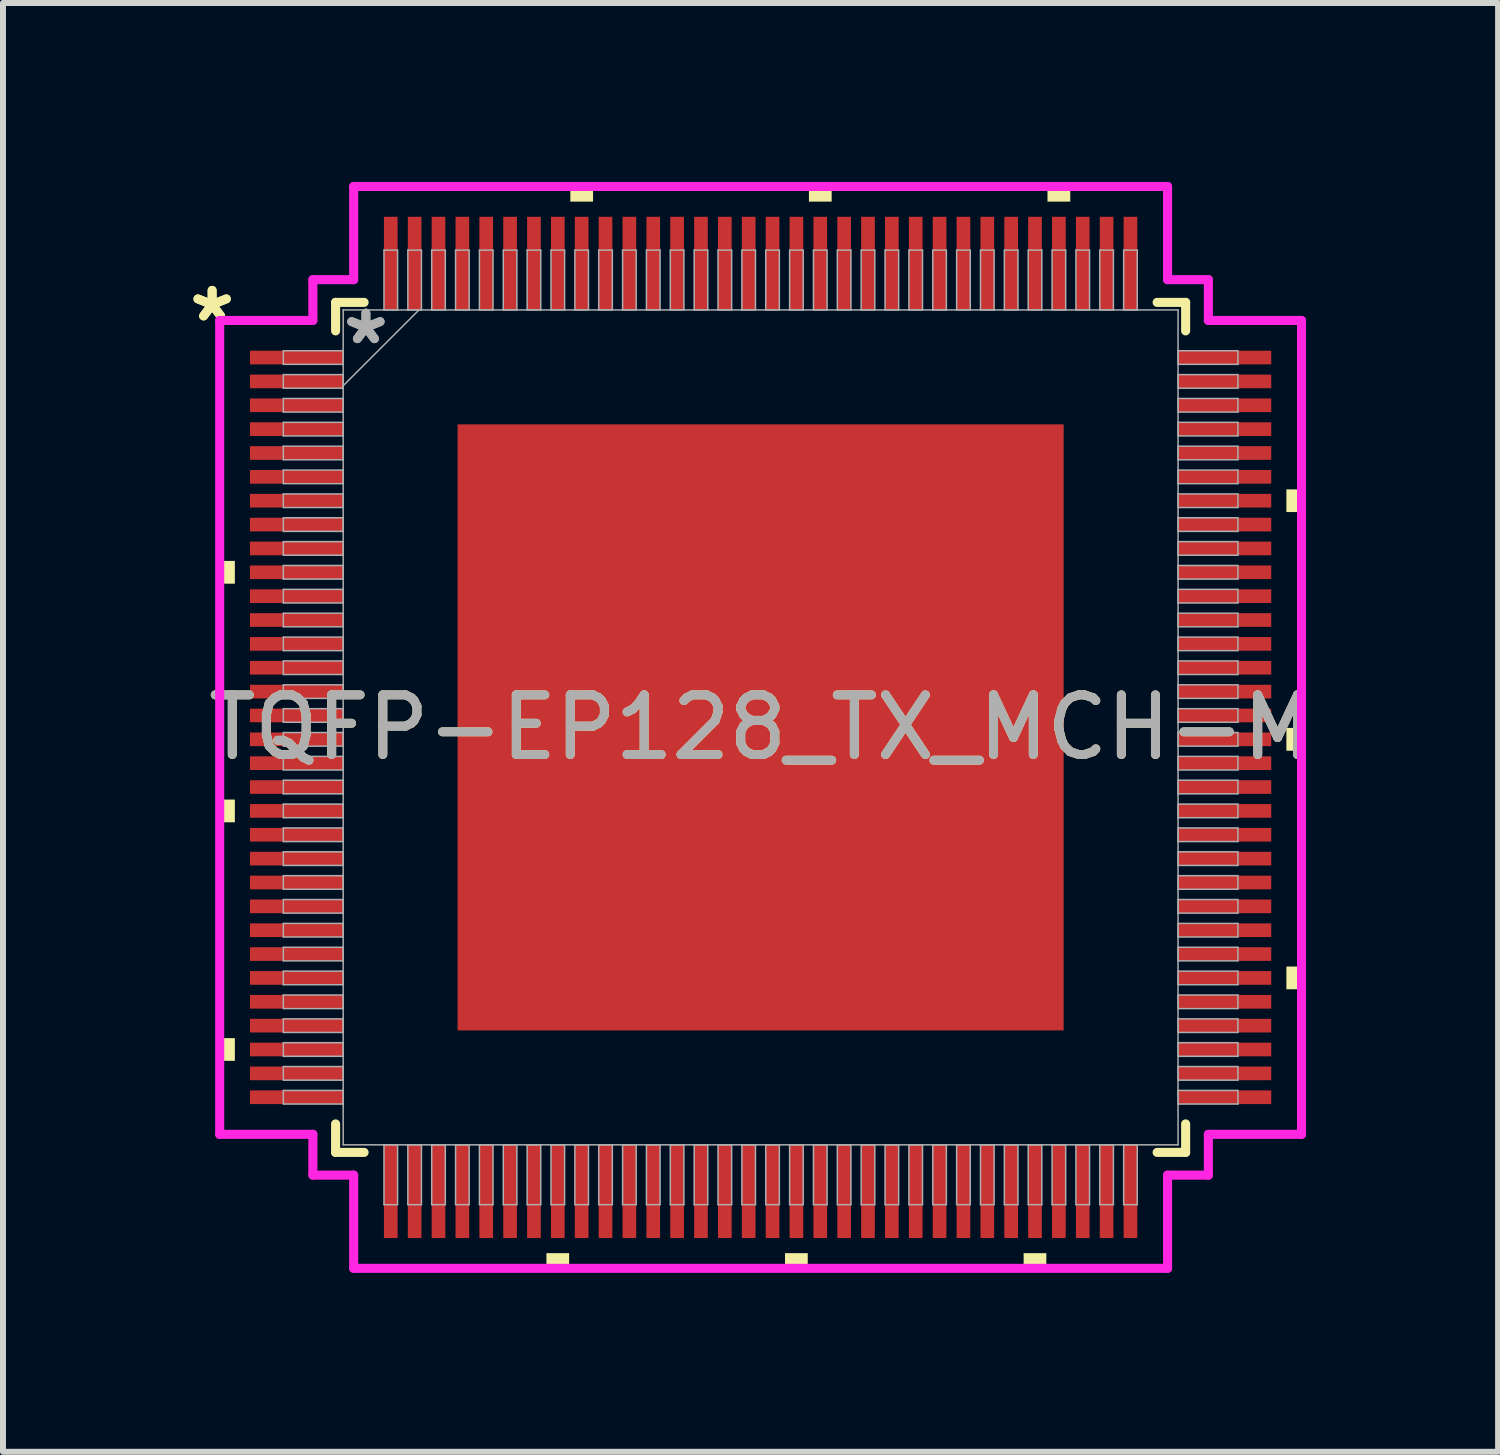
<source format=kicad_pcb>
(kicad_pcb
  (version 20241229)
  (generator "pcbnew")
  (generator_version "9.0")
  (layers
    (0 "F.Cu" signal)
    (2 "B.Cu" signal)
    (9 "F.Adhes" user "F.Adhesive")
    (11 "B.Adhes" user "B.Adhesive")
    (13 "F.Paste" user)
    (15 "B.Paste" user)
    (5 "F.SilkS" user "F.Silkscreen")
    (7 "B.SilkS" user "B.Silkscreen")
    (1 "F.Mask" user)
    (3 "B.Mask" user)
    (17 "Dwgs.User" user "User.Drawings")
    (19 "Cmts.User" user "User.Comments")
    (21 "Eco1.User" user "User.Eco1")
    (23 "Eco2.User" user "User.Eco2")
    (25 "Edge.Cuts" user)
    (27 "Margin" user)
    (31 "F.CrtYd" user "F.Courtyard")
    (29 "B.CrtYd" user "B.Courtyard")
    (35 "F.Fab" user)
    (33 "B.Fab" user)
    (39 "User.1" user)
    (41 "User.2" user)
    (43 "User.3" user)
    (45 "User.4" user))
  (footprint "TQFP-EP128_TX_MCH-M"
    (layer "F.Cu")
    (at 9.701 9.144)
    (property "Reference" "TQFP-EP128_TX_MCH-M" (at 0 0 0) (unlocked yes) (layer "F.SilkS") (effects (font (size 1 1) (thickness 0.15))))
    (attr smd)
    (fp_line (start -7.125 -7.125) (end -7.125 -6.647) (stroke (width 0.152) (type solid)) (layer "F.SilkS"))
    (fp_line (start -7.125 6.647) (end -7.125 7.125) (stroke (width 0.152) (type solid)) (layer "F.SilkS"))
    (fp_line (start -7.125 7.125) (end -6.647 7.125) (stroke (width 0.152) (type solid)) (layer "F.SilkS"))
    (fp_line (start -6.647 -7.125) (end -7.125 -7.125) (stroke (width 0.152) (type solid)) (layer "F.SilkS"))
    (fp_line (start 6.647 7.125) (end 7.125 7.125) (stroke (width 0.152) (type solid)) (layer "F.SilkS"))
    (fp_line (start 7.125 -7.125) (end 6.647 -7.125) (stroke (width 0.152) (type solid)) (layer "F.SilkS"))
    (fp_line (start 7.125 -6.647) (end 7.125 -7.125) (stroke (width 0.152) (type solid)) (layer "F.SilkS"))
    (fp_line (start 7.125 7.125) (end 7.125 6.647) (stroke (width 0.152) (type solid)) (layer "F.SilkS"))
    (fp_poly (pts (xy -9.068 -2.791) (xy -9.068 -2.409) (xy -8.814 -2.409) (xy -8.814 -2.791)) (stroke (width 0) (type solid)) (fill yes) (layer "F.SilkS"))
    (fp_poly (pts (xy -9.068 1.21) (xy -9.068 1.591) (xy -8.814 1.591) (xy -8.814 1.21)) (stroke (width 0) (type solid)) (fill yes) (layer "F.SilkS"))
    (fp_poly (pts (xy -9.068 5.209) (xy -9.068 5.59) (xy -8.814 5.59) (xy -8.814 5.209)) (stroke (width 0) (type solid)) (fill yes) (layer "F.SilkS"))
    (fp_poly (pts (xy -3.591 8.814) (xy -3.591 9.068) (xy -3.21 9.068) (xy -3.21 8.814)) (stroke (width 0) (type solid)) (fill yes) (layer "F.SilkS"))
    (fp_poly (pts (xy -3.19 -8.814) (xy -3.19 -9.068) (xy -2.809 -9.068) (xy -2.809 -8.814)) (stroke (width 0) (type solid)) (fill yes) (layer "F.SilkS"))
    (fp_poly (pts (xy 0.409 8.814) (xy 0.409 9.068) (xy 0.79 9.068) (xy 0.79 8.814)) (stroke (width 0) (type solid)) (fill yes) (layer "F.SilkS"))
    (fp_poly (pts (xy 0.81 -8.814) (xy 0.81 -9.068) (xy 1.191 -9.068) (xy 1.191 -8.814)) (stroke (width 0) (type solid)) (fill yes) (layer "F.SilkS"))
    (fp_poly (pts (xy 4.409 8.814) (xy 4.409 9.068) (xy 4.79 9.068) (xy 4.79 8.814)) (stroke (width 0) (type solid)) (fill yes) (layer "F.SilkS"))
    (fp_poly (pts (xy 4.809 -8.814) (xy 4.809 -9.068) (xy 5.191 -9.068) (xy 5.191 -8.814)) (stroke (width 0) (type solid)) (fill yes) (layer "F.SilkS"))
    (fp_poly (pts (xy 9.068 -3.99) (xy 9.068 -3.61) (xy 8.814 -3.61) (xy 8.814 -3.99)) (stroke (width 0) (type solid)) (fill yes) (layer "F.SilkS"))
    (fp_poly (pts (xy 9.068 0.009) (xy 9.068 0.391) (xy 8.814 0.391) (xy 8.814 0.009)) (stroke (width 0) (type solid)) (fill yes) (layer "F.SilkS"))
    (fp_poly (pts (xy 9.068 4.009) (xy 9.068 4.39) (xy 8.814 4.39) (xy 8.814 4.009)) (stroke (width 0) (type solid)) (fill yes) (layer "F.SilkS"))
    (fp_poly (pts (xy -4.98 -4.98) (xy -4.98 -3.91) (xy -3.91 -3.91) (xy -3.91 -4.98)) (stroke (width 0) (type solid)) (fill yes) (layer "F.Paste"))
    (fp_poly (pts (xy -4.98 -3.71) (xy -4.98 -2.64) (xy -3.91 -2.64) (xy -3.91 -3.71)) (stroke (width 0) (type solid)) (fill yes) (layer "F.Paste"))
    (fp_poly (pts (xy -4.98 -2.44) (xy -4.98 -1.37) (xy -3.91 -1.37) (xy -3.91 -2.44)) (stroke (width 0) (type solid)) (fill yes) (layer "F.Paste"))
    (fp_poly (pts (xy -4.98 -1.17) (xy -4.98 -0.1) (xy -3.91 -0.1) (xy -3.91 -1.17)) (stroke (width 0) (type solid)) (fill yes) (layer "F.Paste"))
    (fp_poly (pts (xy -4.98 0.1) (xy -4.98 1.17) (xy -3.91 1.17) (xy -3.91 0.1)) (stroke (width 0) (type solid)) (fill yes) (layer "F.Paste"))
    (fp_poly (pts (xy -4.98 1.37) (xy -4.98 2.44) (xy -3.91 2.44) (xy -3.91 1.37)) (stroke (width 0) (type solid)) (fill yes) (layer "F.Paste"))
    (fp_poly (pts (xy -4.98 2.64) (xy -4.98 3.71) (xy -3.91 3.71) (xy -3.91 2.64)) (stroke (width 0) (type solid)) (fill yes) (layer "F.Paste"))
    (fp_poly (pts (xy -4.98 3.91) (xy -4.98 4.98) (xy -3.91 4.98) (xy -3.91 3.91)) (stroke (width 0) (type solid)) (fill yes) (layer "F.Paste"))
    (fp_poly (pts (xy -3.71 -4.98) (xy -3.71 -3.91) (xy -2.64 -3.91) (xy -2.64 -4.98)) (stroke (width 0) (type solid)) (fill yes) (layer "F.Paste"))
    (fp_poly (pts (xy -3.71 -3.71) (xy -3.71 -2.64) (xy -2.64 -2.64) (xy -2.64 -3.71)) (stroke (width 0) (type solid)) (fill yes) (layer "F.Paste"))
    (fp_poly (pts (xy -3.71 -2.44) (xy -3.71 -1.37) (xy -2.64 -1.37) (xy -2.64 -2.44)) (stroke (width 0) (type solid)) (fill yes) (layer "F.Paste"))
    (fp_poly (pts (xy -3.71 -1.17) (xy -3.71 -0.1) (xy -2.64 -0.1) (xy -2.64 -1.17)) (stroke (width 0) (type solid)) (fill yes) (layer "F.Paste"))
    (fp_poly (pts (xy -3.71 0.1) (xy -3.71 1.17) (xy -2.64 1.17) (xy -2.64 0.1)) (stroke (width 0) (type solid)) (fill yes) (layer "F.Paste"))
    (fp_poly (pts (xy -3.71 1.37) (xy -3.71 2.44) (xy -2.64 2.44) (xy -2.64 1.37)) (stroke (width 0) (type solid)) (fill yes) (layer "F.Paste"))
    (fp_poly (pts (xy -3.71 2.64) (xy -3.71 3.71) (xy -2.64 3.71) (xy -2.64 2.64)) (stroke (width 0) (type solid)) (fill yes) (layer "F.Paste"))
    (fp_poly (pts (xy -3.71 3.91) (xy -3.71 4.98) (xy -2.64 4.98) (xy -2.64 3.91)) (stroke (width 0) (type solid)) (fill yes) (layer "F.Paste"))
    (fp_poly (pts (xy -2.44 -4.98) (xy -2.44 -3.91) (xy -1.37 -3.91) (xy -1.37 -4.98)) (stroke (width 0) (type solid)) (fill yes) (layer "F.Paste"))
    (fp_poly (pts (xy -2.44 -3.71) (xy -2.44 -2.64) (xy -1.37 -2.64) (xy -1.37 -3.71)) (stroke (width 0) (type solid)) (fill yes) (layer "F.Paste"))
    (fp_poly (pts (xy -2.44 -2.44) (xy -2.44 -1.37) (xy -1.37 -1.37) (xy -1.37 -2.44)) (stroke (width 0) (type solid)) (fill yes) (layer "F.Paste"))
    (fp_poly (pts (xy -2.44 -1.17) (xy -2.44 -0.1) (xy -1.37 -0.1) (xy -1.37 -1.17)) (stroke (width 0) (type solid)) (fill yes) (layer "F.Paste"))
    (fp_poly (pts (xy -2.44 0.1) (xy -2.44 1.17) (xy -1.37 1.17) (xy -1.37 0.1)) (stroke (width 0) (type solid)) (fill yes) (layer "F.Paste"))
    (fp_poly (pts (xy -2.44 1.37) (xy -2.44 2.44) (xy -1.37 2.44) (xy -1.37 1.37)) (stroke (width 0) (type solid)) (fill yes) (layer "F.Paste"))
    (fp_poly (pts (xy -2.44 2.64) (xy -2.44 3.71) (xy -1.37 3.71) (xy -1.37 2.64)) (stroke (width 0) (type solid)) (fill yes) (layer "F.Paste"))
    (fp_poly (pts (xy -2.44 3.91) (xy -2.44 4.98) (xy -1.37 4.98) (xy -1.37 3.91)) (stroke (width 0) (type solid)) (fill yes) (layer "F.Paste"))
    (fp_poly (pts (xy -1.17 -4.98) (xy -1.17 -3.91) (xy -0.1 -3.91) (xy -0.1 -4.98)) (stroke (width 0) (type solid)) (fill yes) (layer "F.Paste"))
    (fp_poly (pts (xy -1.17 -3.71) (xy -1.17 -2.64) (xy -0.1 -2.64) (xy -0.1 -3.71)) (stroke (width 0) (type solid)) (fill yes) (layer "F.Paste"))
    (fp_poly (pts (xy -1.17 -2.44) (xy -1.17 -1.37) (xy -0.1 -1.37) (xy -0.1 -2.44)) (stroke (width 0) (type solid)) (fill yes) (layer "F.Paste"))
    (fp_poly (pts (xy -1.17 -1.17) (xy -1.17 -0.1) (xy -0.1 -0.1) (xy -0.1 -1.17)) (stroke (width 0) (type solid)) (fill yes) (layer "F.Paste"))
    (fp_poly (pts (xy -1.17 0.1) (xy -1.17 1.17) (xy -0.1 1.17) (xy -0.1 0.1)) (stroke (width 0) (type solid)) (fill yes) (layer "F.Paste"))
    (fp_poly (pts (xy -1.17 1.37) (xy -1.17 2.44) (xy -0.1 2.44) (xy -0.1 1.37)) (stroke (width 0) (type solid)) (fill yes) (layer "F.Paste"))
    (fp_poly (pts (xy -1.17 2.64) (xy -1.17 3.71) (xy -0.1 3.71) (xy -0.1 2.64)) (stroke (width 0) (type solid)) (fill yes) (layer "F.Paste"))
    (fp_poly (pts (xy -1.17 3.91) (xy -1.17 4.98) (xy -0.1 4.98) (xy -0.1 3.91)) (stroke (width 0) (type solid)) (fill yes) (layer "F.Paste"))
    (fp_poly (pts (xy 0.1 -4.98) (xy 0.1 -3.91) (xy 1.17 -3.91) (xy 1.17 -4.98)) (stroke (width 0) (type solid)) (fill yes) (layer "F.Paste"))
    (fp_poly (pts (xy 0.1 -3.71) (xy 0.1 -2.64) (xy 1.17 -2.64) (xy 1.17 -3.71)) (stroke (width 0) (type solid)) (fill yes) (layer "F.Paste"))
    (fp_poly (pts (xy 0.1 -2.44) (xy 0.1 -1.37) (xy 1.17 -1.37) (xy 1.17 -2.44)) (stroke (width 0) (type solid)) (fill yes) (layer "F.Paste"))
    (fp_poly (pts (xy 0.1 -1.17) (xy 0.1 -0.1) (xy 1.17 -0.1) (xy 1.17 -1.17)) (stroke (width 0) (type solid)) (fill yes) (layer "F.Paste"))
    (fp_poly (pts (xy 0.1 0.1) (xy 0.1 1.17) (xy 1.17 1.17) (xy 1.17 0.1)) (stroke (width 0) (type solid)) (fill yes) (layer "F.Paste"))
    (fp_poly (pts (xy 0.1 1.37) (xy 0.1 2.44) (xy 1.17 2.44) (xy 1.17 1.37)) (stroke (width 0) (type solid)) (fill yes) (layer "F.Paste"))
    (fp_poly (pts (xy 0.1 2.64) (xy 0.1 3.71) (xy 1.17 3.71) (xy 1.17 2.64)) (stroke (width 0) (type solid)) (fill yes) (layer "F.Paste"))
    (fp_poly (pts (xy 0.1 3.91) (xy 0.1 4.98) (xy 1.17 4.98) (xy 1.17 3.91)) (stroke (width 0) (type solid)) (fill yes) (layer "F.Paste"))
    (fp_poly (pts (xy 1.37 -4.98) (xy 1.37 -3.91) (xy 2.44 -3.91) (xy 2.44 -4.98)) (stroke (width 0) (type solid)) (fill yes) (layer "F.Paste"))
    (fp_poly (pts (xy 1.37 -3.71) (xy 1.37 -2.64) (xy 2.44 -2.64) (xy 2.44 -3.71)) (stroke (width 0) (type solid)) (fill yes) (layer "F.Paste"))
    (fp_poly (pts (xy 1.37 -2.44) (xy 1.37 -1.37) (xy 2.44 -1.37) (xy 2.44 -2.44)) (stroke (width 0) (type solid)) (fill yes) (layer "F.Paste"))
    (fp_poly (pts (xy 1.37 -1.17) (xy 1.37 -0.1) (xy 2.44 -0.1) (xy 2.44 -1.17)) (stroke (width 0) (type solid)) (fill yes) (layer "F.Paste"))
    (fp_poly (pts (xy 1.37 0.1) (xy 1.37 1.17) (xy 2.44 1.17) (xy 2.44 0.1)) (stroke (width 0) (type solid)) (fill yes) (layer "F.Paste"))
    (fp_poly (pts (xy 1.37 1.37) (xy 1.37 2.44) (xy 2.44 2.44) (xy 2.44 1.37)) (stroke (width 0) (type solid)) (fill yes) (layer "F.Paste"))
    (fp_poly (pts (xy 1.37 2.64) (xy 1.37 3.71) (xy 2.44 3.71) (xy 2.44 2.64)) (stroke (width 0) (type solid)) (fill yes) (layer "F.Paste"))
    (fp_poly (pts (xy 1.37 3.91) (xy 1.37 4.98) (xy 2.44 4.98) (xy 2.44 3.91)) (stroke (width 0) (type solid)) (fill yes) (layer "F.Paste"))
    (fp_poly (pts (xy 2.64 -4.98) (xy 2.64 -3.91) (xy 3.71 -3.91) (xy 3.71 -4.98)) (stroke (width 0) (type solid)) (fill yes) (layer "F.Paste"))
    (fp_poly (pts (xy 2.64 -3.71) (xy 2.64 -2.64) (xy 3.71 -2.64) (xy 3.71 -3.71)) (stroke (width 0) (type solid)) (fill yes) (layer "F.Paste"))
    (fp_poly (pts (xy 2.64 -2.44) (xy 2.64 -1.37) (xy 3.71 -1.37) (xy 3.71 -2.44)) (stroke (width 0) (type solid)) (fill yes) (layer "F.Paste"))
    (fp_poly (pts (xy 2.64 -1.17) (xy 2.64 -0.1) (xy 3.71 -0.1) (xy 3.71 -1.17)) (stroke (width 0) (type solid)) (fill yes) (layer "F.Paste"))
    (fp_poly (pts (xy 2.64 0.1) (xy 2.64 1.17) (xy 3.71 1.17) (xy 3.71 0.1)) (stroke (width 0) (type solid)) (fill yes) (layer "F.Paste"))
    (fp_poly (pts (xy 2.64 1.37) (xy 2.64 2.44) (xy 3.71 2.44) (xy 3.71 1.37)) (stroke (width 0) (type solid)) (fill yes) (layer "F.Paste"))
    (fp_poly (pts (xy 2.64 2.64) (xy 2.64 3.71) (xy 3.71 3.71) (xy 3.71 2.64)) (stroke (width 0) (type solid)) (fill yes) (layer "F.Paste"))
    (fp_poly (pts (xy 2.64 3.91) (xy 2.64 4.98) (xy 3.71 4.98) (xy 3.71 3.91)) (stroke (width 0) (type solid)) (fill yes) (layer "F.Paste"))
    (fp_poly (pts (xy 3.91 -4.98) (xy 3.91 -3.91) (xy 4.98 -3.91) (xy 4.98 -4.98)) (stroke (width 0) (type solid)) (fill yes) (layer "F.Paste"))
    (fp_poly (pts (xy 3.91 -3.71) (xy 3.91 -2.64) (xy 4.98 -2.64) (xy 4.98 -3.71)) (stroke (width 0) (type solid)) (fill yes) (layer "F.Paste"))
    (fp_poly (pts (xy 3.91 -2.44) (xy 3.91 -1.37) (xy 4.98 -1.37) (xy 4.98 -2.44)) (stroke (width 0) (type solid)) (fill yes) (layer "F.Paste"))
    (fp_poly (pts (xy 3.91 -1.17) (xy 3.91 -0.1) (xy 4.98 -0.1) (xy 4.98 -1.17)) (stroke (width 0) (type solid)) (fill yes) (layer "F.Paste"))
    (fp_poly (pts (xy 3.91 0.1) (xy 3.91 1.17) (xy 4.98 1.17) (xy 4.98 0.1)) (stroke (width 0) (type solid)) (fill yes) (layer "F.Paste"))
    (fp_poly (pts (xy 3.91 1.37) (xy 3.91 2.44) (xy 4.98 2.44) (xy 4.98 1.37)) (stroke (width 0) (type solid)) (fill yes) (layer "F.Paste"))
    (fp_poly (pts (xy 3.91 2.64) (xy 3.91 3.71) (xy 4.98 3.71) (xy 4.98 2.64)) (stroke (width 0) (type solid)) (fill yes) (layer "F.Paste"))
    (fp_poly (pts (xy 3.91 3.91) (xy 3.91 4.98) (xy 4.98 4.98) (xy 4.98 3.91)) (stroke (width 0) (type solid)) (fill yes) (layer "F.Paste"))
    (fp_line (start -9.068 -6.822) (end -7.506 -6.822) (stroke (width 0.152) (type solid)) (layer "F.CrtYd"))
    (fp_line (start -9.068 6.822) (end -9.068 -6.822) (stroke (width 0.152) (type solid)) (layer "F.CrtYd"))
    (fp_line (start -7.506 -7.506) (end -6.822 -7.506) (stroke (width 0.152) (type solid)) (layer "F.CrtYd"))
    (fp_line (start -7.506 -6.822) (end -7.506 -7.506) (stroke (width 0.152) (type solid)) (layer "F.CrtYd"))
    (fp_line (start -7.506 6.822) (end -9.068 6.822) (stroke (width 0.152) (type solid)) (layer "F.CrtYd"))
    (fp_line (start -7.506 7.506) (end -7.506 6.822) (stroke (width 0.152) (type solid)) (layer "F.CrtYd"))
    (fp_line (start -7.506 7.506) (end -6.822 7.506) (stroke (width 0.152) (type solid)) (layer "F.CrtYd"))
    (fp_line (start -6.822 -9.068) (end 6.822 -9.068) (stroke (width 0.152) (type solid)) (layer "F.CrtYd"))
    (fp_line (start -6.822 -7.506) (end -6.822 -9.068) (stroke (width 0.152) (type solid)) (layer "F.CrtYd"))
    (fp_line (start -6.822 7.506) (end -6.822 9.068) (stroke (width 0.152) (type solid)) (layer "F.CrtYd"))
    (fp_line (start -6.822 9.068) (end 6.822 9.068) (stroke (width 0.152) (type solid)) (layer "F.CrtYd"))
    (fp_line (start 6.822 -9.068) (end 6.822 -7.506) (stroke (width 0.152) (type solid)) (layer "F.CrtYd"))
    (fp_line (start 6.822 -7.506) (end 7.506 -7.506) (stroke (width 0.152) (type solid)) (layer "F.CrtYd"))
    (fp_line (start 6.822 7.506) (end 7.506 7.506) (stroke (width 0.152) (type solid)) (layer "F.CrtYd"))
    (fp_line (start 6.822 9.068) (end 6.822 7.506) (stroke (width 0.152) (type solid)) (layer "F.CrtYd"))
    (fp_line (start 7.506 -6.822) (end 7.506 -7.506) (stroke (width 0.152) (type solid)) (layer "F.CrtYd"))
    (fp_line (start 7.506 6.822) (end 9.068 6.822) (stroke (width 0.152) (type solid)) (layer "F.CrtYd"))
    (fp_line (start 7.506 7.506) (end 7.506 6.822) (stroke (width 0.152) (type solid)) (layer "F.CrtYd"))
    (fp_line (start 9.068 -6.822) (end 7.506 -6.822) (stroke (width 0.152) (type solid)) (layer "F.CrtYd"))
    (fp_line (start 9.068 6.822) (end 9.068 -6.822) (stroke (width 0.152) (type solid)) (layer "F.CrtYd"))
    (fp_line (start -8.001 -6.314) (end -8.001 -6.086) (stroke (width 0.025) (type solid)) (layer "F.Fab"))
    (fp_line (start -8.001 -6.086) (end -6.998 -6.086) (stroke (width 0.025) (type solid)) (layer "F.Fab"))
    (fp_line (start -8.001 -5.914) (end -8.001 -5.686) (stroke (width 0.025) (type solid)) (layer "F.Fab"))
    (fp_line (start -8.001 -5.686) (end -6.998 -5.686) (stroke (width 0.025) (type solid)) (layer "F.Fab"))
    (fp_line (start -8.001 -5.514) (end -8.001 -5.286) (stroke (width 0.025) (type solid)) (layer "F.Fab"))
    (fp_line (start -8.001 -5.286) (end -6.998 -5.286) (stroke (width 0.025) (type solid)) (layer "F.Fab"))
    (fp_line (start -8.001 -5.114) (end -8.001 -4.886) (stroke (width 0.025) (type solid)) (layer "F.Fab"))
    (fp_line (start -8.001 -4.886) (end -6.998 -4.886) (stroke (width 0.025) (type solid)) (layer "F.Fab"))
    (fp_line (start -8.001 -4.714) (end -8.001 -4.486) (stroke (width 0.025) (type solid)) (layer "F.Fab"))
    (fp_line (start -8.001 -4.486) (end -6.998 -4.486) (stroke (width 0.025) (type solid)) (layer "F.Fab"))
    (fp_line (start -8.001 -4.314) (end -8.001 -4.086) (stroke (width 0.025) (type solid)) (layer "F.Fab"))
    (fp_line (start -8.001 -4.086) (end -6.998 -4.086) (stroke (width 0.025) (type solid)) (layer "F.Fab"))
    (fp_line (start -8.001 -3.914) (end -8.001 -3.686) (stroke (width 0.025) (type solid)) (layer "F.Fab"))
    (fp_line (start -8.001 -3.686) (end -6.998 -3.686) (stroke (width 0.025) (type solid)) (layer "F.Fab"))
    (fp_line (start -8.001 -3.514) (end -8.001 -3.286) (stroke (width 0.025) (type solid)) (layer "F.Fab"))
    (fp_line (start -8.001 -3.286) (end -6.998 -3.286) (stroke (width 0.025) (type solid)) (layer "F.Fab"))
    (fp_line (start -8.001 -3.114) (end -8.001 -2.886) (stroke (width 0.025) (type solid)) (layer "F.Fab"))
    (fp_line (start -8.001 -2.886) (end -6.998 -2.886) (stroke (width 0.025) (type solid)) (layer "F.Fab"))
    (fp_line (start -8.001 -2.714) (end -8.001 -2.486) (stroke (width 0.025) (type solid)) (layer "F.Fab"))
    (fp_line (start -8.001 -2.486) (end -6.998 -2.486) (stroke (width 0.025) (type solid)) (layer "F.Fab"))
    (fp_line (start -8.001 -2.314) (end -8.001 -2.086) (stroke (width 0.025) (type solid)) (layer "F.Fab"))
    (fp_line (start -8.001 -2.086) (end -6.998 -2.086) (stroke (width 0.025) (type solid)) (layer "F.Fab"))
    (fp_line (start -8.001 -1.914) (end -8.001 -1.686) (stroke (width 0.025) (type solid)) (layer "F.Fab"))
    (fp_line (start -8.001 -1.686) (end -6.998 -1.686) (stroke (width 0.025) (type solid)) (layer "F.Fab"))
    (fp_line (start -8.001 -1.514) (end -8.001 -1.286) (stroke (width 0.025) (type solid)) (layer "F.Fab"))
    (fp_line (start -8.001 -1.286) (end -6.998 -1.286) (stroke (width 0.025) (type solid)) (layer "F.Fab"))
    (fp_line (start -8.001 -1.114) (end -8.001 -0.886) (stroke (width 0.025) (type solid)) (layer "F.Fab"))
    (fp_line (start -8.001 -0.886) (end -6.998 -0.886) (stroke (width 0.025) (type solid)) (layer "F.Fab"))
    (fp_line (start -8.001 -0.714) (end -8.001 -0.486) (stroke (width 0.025) (type solid)) (layer "F.Fab"))
    (fp_line (start -8.001 -0.486) (end -6.998 -0.486) (stroke (width 0.025) (type solid)) (layer "F.Fab"))
    (fp_line (start -8.001 -0.314) (end -8.001 -0.086) (stroke (width 0.025) (type solid)) (layer "F.Fab"))
    (fp_line (start -8.001 -0.086) (end -6.998 -0.086) (stroke (width 0.025) (type solid)) (layer "F.Fab"))
    (fp_line (start -8.001 0.086) (end -8.001 0.314) (stroke (width 0.025) (type solid)) (layer "F.Fab"))
    (fp_line (start -8.001 0.314) (end -6.998 0.314) (stroke (width 0.025) (type solid)) (layer "F.Fab"))
    (fp_line (start -8.001 0.486) (end -8.001 0.714) (stroke (width 0.025) (type solid)) (layer "F.Fab"))
    (fp_line (start -8.001 0.714) (end -6.998 0.714) (stroke (width 0.025) (type solid)) (layer "F.Fab"))
    (fp_line (start -8.001 0.886) (end -8.001 1.114) (stroke (width 0.025) (type solid)) (layer "F.Fab"))
    (fp_line (start -8.001 1.114) (end -6.998 1.114) (stroke (width 0.025) (type solid)) (layer "F.Fab"))
    (fp_line (start -8.001 1.286) (end -8.001 1.514) (stroke (width 0.025) (type solid)) (layer "F.Fab"))
    (fp_line (start -8.001 1.514) (end -6.998 1.514) (stroke (width 0.025) (type solid)) (layer "F.Fab"))
    (fp_line (start -8.001 1.686) (end -8.001 1.914) (stroke (width 0.025) (type solid)) (layer "F.Fab"))
    (fp_line (start -8.001 1.914) (end -6.998 1.914) (stroke (width 0.025) (type solid)) (layer "F.Fab"))
    (fp_line (start -8.001 2.086) (end -8.001 2.314) (stroke (width 0.025) (type solid)) (layer "F.Fab"))
    (fp_line (start -8.001 2.314) (end -6.998 2.314) (stroke (width 0.025) (type solid)) (layer "F.Fab"))
    (fp_line (start -8.001 2.486) (end -8.001 2.714) (stroke (width 0.025) (type solid)) (layer "F.Fab"))
    (fp_line (start -8.001 2.714) (end -6.998 2.714) (stroke (width 0.025) (type solid)) (layer "F.Fab"))
    (fp_line (start -8.001 2.886) (end -8.001 3.114) (stroke (width 0.025) (type solid)) (layer "F.Fab"))
    (fp_line (start -8.001 3.114) (end -6.998 3.114) (stroke (width 0.025) (type solid)) (layer "F.Fab"))
    (fp_line (start -8.001 3.286) (end -8.001 3.514) (stroke (width 0.025) (type solid)) (layer "F.Fab"))
    (fp_line (start -8.001 3.514) (end -6.998 3.514) (stroke (width 0.025) (type solid)) (layer "F.Fab"))
    (fp_line (start -8.001 3.686) (end -8.001 3.914) (stroke (width 0.025) (type solid)) (layer "F.Fab"))
    (fp_line (start -8.001 3.914) (end -6.998 3.914) (stroke (width 0.025) (type solid)) (layer "F.Fab"))
    (fp_line (start -8.001 4.086) (end -8.001 4.314) (stroke (width 0.025) (type solid)) (layer "F.Fab"))
    (fp_line (start -8.001 4.314) (end -6.998 4.314) (stroke (width 0.025) (type solid)) (layer "F.Fab"))
    (fp_line (start -8.001 4.486) (end -8.001 4.714) (stroke (width 0.025) (type solid)) (layer "F.Fab"))
    (fp_line (start -8.001 4.714) (end -6.998 4.714) (stroke (width 0.025) (type solid)) (layer "F.Fab"))
    (fp_line (start -8.001 4.886) (end -8.001 5.114) (stroke (width 0.025) (type solid)) (layer "F.Fab"))
    (fp_line (start -8.001 5.114) (end -6.998 5.114) (stroke (width 0.025) (type solid)) (layer "F.Fab"))
    (fp_line (start -8.001 5.286) (end -8.001 5.514) (stroke (width 0.025) (type solid)) (layer "F.Fab"))
    (fp_line (start -8.001 5.514) (end -6.998 5.514) (stroke (width 0.025) (type solid)) (layer "F.Fab"))
    (fp_line (start -8.001 5.686) (end -8.001 5.914) (stroke (width 0.025) (type solid)) (layer "F.Fab"))
    (fp_line (start -8.001 5.914) (end -6.998 5.914) (stroke (width 0.025) (type solid)) (layer "F.Fab"))
    (fp_line (start -8.001 6.086) (end -8.001 6.314) (stroke (width 0.025) (type solid)) (layer "F.Fab"))
    (fp_line (start -8.001 6.314) (end -6.998 6.314) (stroke (width 0.025) (type solid)) (layer "F.Fab"))
    (fp_line (start -6.998 -6.998) (end -6.998 6.998) (stroke (width 0.025) (type solid)) (layer "F.Fab"))
    (fp_line (start -6.998 -6.314) (end -8.001 -6.314) (stroke (width 0.025) (type solid)) (layer "F.Fab"))
    (fp_line (start -6.998 -6.086) (end -6.998 -6.314) (stroke (width 0.025) (type solid)) (layer "F.Fab"))
    (fp_line (start -6.998 -5.914) (end -8.001 -5.914) (stroke (width 0.025) (type solid)) (layer "F.Fab"))
    (fp_line (start -6.998 -5.728) (end -5.728 -6.998) (stroke (width 0.025) (type solid)) (layer "F.Fab"))
    (fp_line (start -6.998 -5.686) (end -6.998 -5.914) (stroke (width 0.025) (type solid)) (layer "F.Fab"))
    (fp_line (start -6.998 -5.514) (end -8.001 -5.514) (stroke (width 0.025) (type solid)) (layer "F.Fab"))
    (fp_line (start -6.998 -5.286) (end -6.998 -5.514) (stroke (width 0.025) (type solid)) (layer "F.Fab"))
    (fp_line (start -6.998 -5.114) (end -8.001 -5.114) (stroke (width 0.025) (type solid)) (layer "F.Fab"))
    (fp_line (start -6.998 -4.886) (end -6.998 -5.114) (stroke (width 0.025) (type solid)) (layer "F.Fab"))
    (fp_line (start -6.998 -4.714) (end -8.001 -4.714) (stroke (width 0.025) (type solid)) (layer "F.Fab"))
    (fp_line (start -6.998 -4.486) (end -6.998 -4.714) (stroke (width 0.025) (type solid)) (layer "F.Fab"))
    (fp_line (start -6.998 -4.314) (end -8.001 -4.314) (stroke (width 0.025) (type solid)) (layer "F.Fab"))
    (fp_line (start -6.998 -4.086) (end -6.998 -4.314) (stroke (width 0.025) (type solid)) (layer "F.Fab"))
    (fp_line (start -6.998 -3.914) (end -8.001 -3.914) (stroke (width 0.025) (type solid)) (layer "F.Fab"))
    (fp_line (start -6.998 -3.686) (end -6.998 -3.914) (stroke (width 0.025) (type solid)) (layer "F.Fab"))
    (fp_line (start -6.998 -3.514) (end -8.001 -3.514) (stroke (width 0.025) (type solid)) (layer "F.Fab"))
    (fp_line (start -6.998 -3.286) (end -6.998 -3.514) (stroke (width 0.025) (type solid)) (layer "F.Fab"))
    (fp_line (start -6.998 -3.114) (end -8.001 -3.114) (stroke (width 0.025) (type solid)) (layer "F.Fab"))
    (fp_line (start -6.998 -2.886) (end -6.998 -3.114) (stroke (width 0.025) (type solid)) (layer "F.Fab"))
    (fp_line (start -6.998 -2.714) (end -8.001 -2.714) (stroke (width 0.025) (type solid)) (layer "F.Fab"))
    (fp_line (start -6.998 -2.486) (end -6.998 -2.714) (stroke (width 0.025) (type solid)) (layer "F.Fab"))
    (fp_line (start -6.998 -2.314) (end -8.001 -2.314) (stroke (width 0.025) (type solid)) (layer "F.Fab"))
    (fp_line (start -6.998 -2.086) (end -6.998 -2.314) (stroke (width 0.025) (type solid)) (layer "F.Fab"))
    (fp_line (start -6.998 -1.914) (end -8.001 -1.914) (stroke (width 0.025) (type solid)) (layer "F.Fab"))
    (fp_line (start -6.998 -1.686) (end -6.998 -1.914) (stroke (width 0.025) (type solid)) (layer "F.Fab"))
    (fp_line (start -6.998 -1.514) (end -8.001 -1.514) (stroke (width 0.025) (type solid)) (layer "F.Fab"))
    (fp_line (start -6.998 -1.286) (end -6.998 -1.514) (stroke (width 0.025) (type solid)) (layer "F.Fab"))
    (fp_line (start -6.998 -1.114) (end -8.001 -1.114) (stroke (width 0.025) (type solid)) (layer "F.Fab"))
    (fp_line (start -6.998 -0.886) (end -6.998 -1.114) (stroke (width 0.025) (type solid)) (layer "F.Fab"))
    (fp_line (start -6.998 -0.714) (end -8.001 -0.714) (stroke (width 0.025) (type solid)) (layer "F.Fab"))
    (fp_line (start -6.998 -0.486) (end -6.998 -0.714) (stroke (width 0.025) (type solid)) (layer "F.Fab"))
    (fp_line (start -6.998 -0.314) (end -8.001 -0.314) (stroke (width 0.025) (type solid)) (layer "F.Fab"))
    (fp_line (start -6.998 -0.086) (end -6.998 -0.314) (stroke (width 0.025) (type solid)) (layer "F.Fab"))
    (fp_line (start -6.998 0.086) (end -8.001 0.086) (stroke (width 0.025) (type solid)) (layer "F.Fab"))
    (fp_line (start -6.998 0.314) (end -6.998 0.086) (stroke (width 0.025) (type solid)) (layer "F.Fab"))
    (fp_line (start -6.998 0.486) (end -8.001 0.486) (stroke (width 0.025) (type solid)) (layer "F.Fab"))
    (fp_line (start -6.998 0.714) (end -6.998 0.486) (stroke (width 0.025) (type solid)) (layer "F.Fab"))
    (fp_line (start -6.998 0.886) (end -8.001 0.886) (stroke (width 0.025) (type solid)) (layer "F.Fab"))
    (fp_line (start -6.998 1.114) (end -6.998 0.886) (stroke (width 0.025) (type solid)) (layer "F.Fab"))
    (fp_line (start -6.998 1.286) (end -8.001 1.286) (stroke (width 0.025) (type solid)) (layer "F.Fab"))
    (fp_line (start -6.998 1.514) (end -6.998 1.286) (stroke (width 0.025) (type solid)) (layer "F.Fab"))
    (fp_line (start -6.998 1.686) (end -8.001 1.686) (stroke (width 0.025) (type solid)) (layer "F.Fab"))
    (fp_line (start -6.998 1.914) (end -6.998 1.686) (stroke (width 0.025) (type solid)) (layer "F.Fab"))
    (fp_line (start -6.998 2.086) (end -8.001 2.086) (stroke (width 0.025) (type solid)) (layer "F.Fab"))
    (fp_line (start -6.998 2.314) (end -6.998 2.086) (stroke (width 0.025) (type solid)) (layer "F.Fab"))
    (fp_line (start -6.998 2.486) (end -8.001 2.486) (stroke (width 0.025) (type solid)) (layer "F.Fab"))
    (fp_line (start -6.998 2.714) (end -6.998 2.486) (stroke (width 0.025) (type solid)) (layer "F.Fab"))
    (fp_line (start -6.998 2.886) (end -8.001 2.886) (stroke (width 0.025) (type solid)) (layer "F.Fab"))
    (fp_line (start -6.998 3.114) (end -6.998 2.886) (stroke (width 0.025) (type solid)) (layer "F.Fab"))
    (fp_line (start -6.998 3.286) (end -8.001 3.286) (stroke (width 0.025) (type solid)) (layer "F.Fab"))
    (fp_line (start -6.998 3.514) (end -6.998 3.286) (stroke (width 0.025) (type solid)) (layer "F.Fab"))
    (fp_line (start -6.998 3.686) (end -8.001 3.686) (stroke (width 0.025) (type solid)) (layer "F.Fab"))
    (fp_line (start -6.998 3.914) (end -6.998 3.686) (stroke (width 0.025) (type solid)) (layer "F.Fab"))
    (fp_line (start -6.998 4.086) (end -8.001 4.086) (stroke (width 0.025) (type solid)) (layer "F.Fab"))
    (fp_line (start -6.998 4.314) (end -6.998 4.086) (stroke (width 0.025) (type solid)) (layer "F.Fab"))
    (fp_line (start -6.998 4.486) (end -8.001 4.486) (stroke (width 0.025) (type solid)) (layer "F.Fab"))
    (fp_line (start -6.998 4.714) (end -6.998 4.486) (stroke (width 0.025) (type solid)) (layer "F.Fab"))
    (fp_line (start -6.998 4.886) (end -8.001 4.886) (stroke (width 0.025) (type solid)) (layer "F.Fab"))
    (fp_line (start -6.998 5.114) (end -6.998 4.886) (stroke (width 0.025) (type solid)) (layer "F.Fab"))
    (fp_line (start -6.998 5.286) (end -8.001 5.286) (stroke (width 0.025) (type solid)) (layer "F.Fab"))
    (fp_line (start -6.998 5.514) (end -6.998 5.286) (stroke (width 0.025) (type solid)) (layer "F.Fab"))
    (fp_line (start -6.998 5.686) (end -8.001 5.686) (stroke (width 0.025) (type solid)) (layer "F.Fab"))
    (fp_line (start -6.998 5.914) (end -6.998 5.686) (stroke (width 0.025) (type solid)) (layer "F.Fab"))
    (fp_line (start -6.998 6.086) (end -8.001 6.086) (stroke (width 0.025) (type solid)) (layer "F.Fab"))
    (fp_line (start -6.998 6.314) (end -6.998 6.086) (stroke (width 0.025) (type solid)) (layer "F.Fab"))
    (fp_line (start -6.998 6.998) (end 6.998 6.998) (stroke (width 0.025) (type solid)) (layer "F.Fab"))
    (fp_line (start -6.314 -8.001) (end -6.314 -6.998) (stroke (width 0.025) (type solid)) (layer "F.Fab"))
    (fp_line (start -6.314 -6.998) (end -6.086 -6.998) (stroke (width 0.025) (type solid)) (layer "F.Fab"))
    (fp_line (start -6.314 6.998) (end -6.314 8.001) (stroke (width 0.025) (type solid)) (layer "F.Fab"))
    (fp_line (start -6.314 8.001) (end -6.086 8.001) (stroke (width 0.025) (type solid)) (layer "F.Fab"))
    (fp_line (start -6.086 -8.001) (end -6.314 -8.001) (stroke (width 0.025) (type solid)) (layer "F.Fab"))
    (fp_line (start -6.086 -6.998) (end -6.086 -8.001) (stroke (width 0.025) (type solid)) (layer "F.Fab"))
    (fp_line (start -6.086 6.998) (end -6.314 6.998) (stroke (width 0.025) (type solid)) (layer "F.Fab"))
    (fp_line (start -6.086 8.001) (end -6.086 6.998) (stroke (width 0.025) (type solid)) (layer "F.Fab"))
    (fp_line (start -5.914 6.998) (end -5.914 8.001) (stroke (width 0.025) (type solid)) (layer "F.Fab"))
    (fp_line (start -5.914 8.001) (end -5.686 8.001) (stroke (width 0.025) (type solid)) (layer "F.Fab"))
    (fp_line (start -5.914 -8.001) (end -5.914 -6.998) (stroke (width 0.025) (type solid)) (layer "F.Fab"))
    (fp_line (start -5.914 -6.998) (end -5.686 -6.998) (stroke (width 0.025) (type solid)) (layer "F.Fab"))
    (fp_line (start -5.686 6.998) (end -5.914 6.998) (stroke (width 0.025) (type solid)) (layer "F.Fab"))
    (fp_line (start -5.686 8.001) (end -5.686 6.998) (stroke (width 0.025) (type solid)) (layer "F.Fab"))
    (fp_line (start -5.686 -8.001) (end -5.914 -8.001) (stroke (width 0.025) (type solid)) (layer "F.Fab"))
    (fp_line (start -5.686 -6.998) (end -5.686 -8.001) (stroke (width 0.025) (type solid)) (layer "F.Fab"))
    (fp_line (start -5.514 6.998) (end -5.514 8.001) (stroke (width 0.025) (type solid)) (layer "F.Fab"))
    (fp_line (start -5.514 8.001) (end -5.286 8.001) (stroke (width 0.025) (type solid)) (layer "F.Fab"))
    (fp_line (start -5.514 -8.001) (end -5.514 -6.998) (stroke (width 0.025) (type solid)) (layer "F.Fab"))
    (fp_line (start -5.514 -6.998) (end -5.286 -6.998) (stroke (width 0.025) (type solid)) (layer "F.Fab"))
    (fp_line (start -5.286 6.998) (end -5.514 6.998) (stroke (width 0.025) (type solid)) (layer "F.Fab"))
    (fp_line (start -5.286 8.001) (end -5.286 6.998) (stroke (width 0.025) (type solid)) (layer "F.Fab"))
    (fp_line (start -5.286 -8.001) (end -5.514 -8.001) (stroke (width 0.025) (type solid)) (layer "F.Fab"))
    (fp_line (start -5.286 -6.998) (end -5.286 -8.001) (stroke (width 0.025) (type solid)) (layer "F.Fab"))
    (fp_line (start -5.114 6.998) (end -5.114 8.001) (stroke (width 0.025) (type solid)) (layer "F.Fab"))
    (fp_line (start -5.114 8.001) (end -4.886 8.001) (stroke (width 0.025) (type solid)) (layer "F.Fab"))
    (fp_line (start -5.114 -8.001) (end -5.114 -6.998) (stroke (width 0.025) (type solid)) (layer "F.Fab"))
    (fp_line (start -5.114 -6.998) (end -4.886 -6.998) (stroke (width 0.025) (type solid)) (layer "F.Fab"))
    (fp_line (start -4.886 6.998) (end -5.114 6.998) (stroke (width 0.025) (type solid)) (layer "F.Fab"))
    (fp_line (start -4.886 8.001) (end -4.886 6.998) (stroke (width 0.025) (type solid)) (layer "F.Fab"))
    (fp_line (start -4.886 -8.001) (end -5.114 -8.001) (stroke (width 0.025) (type solid)) (layer "F.Fab"))
    (fp_line (start -4.886 -6.998) (end -4.886 -8.001) (stroke (width 0.025) (type solid)) (layer "F.Fab"))
    (fp_line (start -4.714 6.998) (end -4.714 8.001) (stroke (width 0.025) (type solid)) (layer "F.Fab"))
    (fp_line (start -4.714 8.001) (end -4.486 8.001) (stroke (width 0.025) (type solid)) (layer "F.Fab"))
    (fp_line (start -4.714 -8.001) (end -4.714 -6.998) (stroke (width 0.025) (type solid)) (layer "F.Fab"))
    (fp_line (start -4.714 -6.998) (end -4.486 -6.998) (stroke (width 0.025) (type solid)) (layer "F.Fab"))
    (fp_line (start -4.486 6.998) (end -4.714 6.998) (stroke (width 0.025) (type solid)) (layer "F.Fab"))
    (fp_line (start -4.486 8.001) (end -4.486 6.998) (stroke (width 0.025) (type solid)) (layer "F.Fab"))
    (fp_line (start -4.486 -8.001) (end -4.714 -8.001) (stroke (width 0.025) (type solid)) (layer "F.Fab"))
    (fp_line (start -4.486 -6.998) (end -4.486 -8.001) (stroke (width 0.025) (type solid)) (layer "F.Fab"))
    (fp_line (start -4.314 6.998) (end -4.314 8.001) (stroke (width 0.025) (type solid)) (layer "F.Fab"))
    (fp_line (start -4.314 8.001) (end -4.086 8.001) (stroke (width 0.025) (type solid)) (layer "F.Fab"))
    (fp_line (start -4.314 -8.001) (end -4.314 -6.998) (stroke (width 0.025) (type solid)) (layer "F.Fab"))
    (fp_line (start -4.314 -6.998) (end -4.086 -6.998) (stroke (width 0.025) (type solid)) (layer "F.Fab"))
    (fp_line (start -4.086 6.998) (end -4.314 6.998) (stroke (width 0.025) (type solid)) (layer "F.Fab"))
    (fp_line (start -4.086 8.001) (end -4.086 6.998) (stroke (width 0.025) (type solid)) (layer "F.Fab"))
    (fp_line (start -4.086 -8.001) (end -4.314 -8.001) (stroke (width 0.025) (type solid)) (layer "F.Fab"))
    (fp_line (start -4.086 -6.998) (end -4.086 -8.001) (stroke (width 0.025) (type solid)) (layer "F.Fab"))
    (fp_line (start -3.914 6.998) (end -3.914 8.001) (stroke (width 0.025) (type solid)) (layer "F.Fab"))
    (fp_line (start -3.914 8.001) (end -3.686 8.001) (stroke (width 0.025) (type solid)) (layer "F.Fab"))
    (fp_line (start -3.914 -8.001) (end -3.914 -6.998) (stroke (width 0.025) (type solid)) (layer "F.Fab"))
    (fp_line (start -3.914 -6.998) (end -3.686 -6.998) (stroke (width 0.025) (type solid)) (layer "F.Fab"))
    (fp_line (start -3.686 6.998) (end -3.914 6.998) (stroke (width 0.025) (type solid)) (layer "F.Fab"))
    (fp_line (start -3.686 8.001) (end -3.686 6.998) (stroke (width 0.025) (type solid)) (layer "F.Fab"))
    (fp_line (start -3.686 -8.001) (end -3.914 -8.001) (stroke (width 0.025) (type solid)) (layer "F.Fab"))
    (fp_line (start -3.686 -6.998) (end -3.686 -8.001) (stroke (width 0.025) (type solid)) (layer "F.Fab"))
    (fp_line (start -3.514 6.998) (end -3.514 8.001) (stroke (width 0.025) (type solid)) (layer "F.Fab"))
    (fp_line (start -3.514 8.001) (end -3.286 8.001) (stroke (width 0.025) (type solid)) (layer "F.Fab"))
    (fp_line (start -3.514 -8.001) (end -3.514 -6.998) (stroke (width 0.025) (type solid)) (layer "F.Fab"))
    (fp_line (start -3.514 -6.998) (end -3.286 -6.998) (stroke (width 0.025) (type solid)) (layer "F.Fab"))
    (fp_line (start -3.286 6.998) (end -3.514 6.998) (stroke (width 0.025) (type solid)) (layer "F.Fab"))
    (fp_line (start -3.286 8.001) (end -3.286 6.998) (stroke (width 0.025) (type solid)) (layer "F.Fab"))
    (fp_line (start -3.286 -8.001) (end -3.514 -8.001) (stroke (width 0.025) (type solid)) (layer "F.Fab"))
    (fp_line (start -3.286 -6.998) (end -3.286 -8.001) (stroke (width 0.025) (type solid)) (layer "F.Fab"))
    (fp_line (start -3.114 6.998) (end -3.114 8.001) (stroke (width 0.025) (type solid)) (layer "F.Fab"))
    (fp_line (start -3.114 8.001) (end -2.886 8.001) (stroke (width 0.025) (type solid)) (layer "F.Fab"))
    (fp_line (start -3.114 -8.001) (end -3.114 -6.998) (stroke (width 0.025) (type solid)) (layer "F.Fab"))
    (fp_line (start -3.114 -6.998) (end -2.886 -6.998) (stroke (width 0.025) (type solid)) (layer "F.Fab"))
    (fp_line (start -2.886 6.998) (end -3.114 6.998) (stroke (width 0.025) (type solid)) (layer "F.Fab"))
    (fp_line (start -2.886 8.001) (end -2.886 6.998) (stroke (width 0.025) (type solid)) (layer "F.Fab"))
    (fp_line (start -2.886 -8.001) (end -3.114 -8.001) (stroke (width 0.025) (type solid)) (layer "F.Fab"))
    (fp_line (start -2.886 -6.998) (end -2.886 -8.001) (stroke (width 0.025) (type solid)) (layer "F.Fab"))
    (fp_line (start -2.714 -8.001) (end -2.714 -6.998) (stroke (width 0.025) (type solid)) (layer "F.Fab"))
    (fp_line (start -2.714 -6.998) (end -2.486 -6.998) (stroke (width 0.025) (type solid)) (layer "F.Fab"))
    (fp_line (start -2.714 6.998) (end -2.714 8.001) (stroke (width 0.025) (type solid)) (layer "F.Fab"))
    (fp_line (start -2.714 8.001) (end -2.486 8.001) (stroke (width 0.025) (type solid)) (layer "F.Fab"))
    (fp_line (start -2.486 -8.001) (end -2.714 -8.001) (stroke (width 0.025) (type solid)) (layer "F.Fab"))
    (fp_line (start -2.486 -6.998) (end -2.486 -8.001) (stroke (width 0.025) (type solid)) (layer "F.Fab"))
    (fp_line (start -2.486 6.998) (end -2.714 6.998) (stroke (width 0.025) (type solid)) (layer "F.Fab"))
    (fp_line (start -2.486 8.001) (end -2.486 6.998) (stroke (width 0.025) (type solid)) (layer "F.Fab"))
    (fp_line (start -2.314 -8.001) (end -2.314 -6.998) (stroke (width 0.025) (type solid)) (layer "F.Fab"))
    (fp_line (start -2.314 -6.998) (end -2.086 -6.998) (stroke (width 0.025) (type solid)) (layer "F.Fab"))
    (fp_line (start -2.314 6.998) (end -2.314 8.001) (stroke (width 0.025) (type solid)) (layer "F.Fab"))
    (fp_line (start -2.314 8.001) (end -2.086 8.001) (stroke (width 0.025) (type solid)) (layer "F.Fab"))
    (fp_line (start -2.086 -8.001) (end -2.314 -8.001) (stroke (width 0.025) (type solid)) (layer "F.Fab"))
    (fp_line (start -2.086 -6.998) (end -2.086 -8.001) (stroke (width 0.025) (type solid)) (layer "F.Fab"))
    (fp_line (start -2.086 6.998) (end -2.314 6.998) (stroke (width 0.025) (type solid)) (layer "F.Fab"))
    (fp_line (start -2.086 8.001) (end -2.086 6.998) (stroke (width 0.025) (type solid)) (layer "F.Fab"))
    (fp_line (start -1.914 -8.001) (end -1.914 -6.998) (stroke (width 0.025) (type solid)) (layer "F.Fab"))
    (fp_line (start -1.914 -6.998) (end -1.686 -6.998) (stroke (width 0.025) (type solid)) (layer "F.Fab"))
    (fp_line (start -1.914 6.998) (end -1.914 8.001) (stroke (width 0.025) (type solid)) (layer "F.Fab"))
    (fp_line (start -1.914 8.001) (end -1.686 8.001) (stroke (width 0.025) (type solid)) (layer "F.Fab"))
    (fp_line (start -1.686 -8.001) (end -1.914 -8.001) (stroke (width 0.025) (type solid)) (layer "F.Fab"))
    (fp_line (start -1.686 -6.998) (end -1.686 -8.001) (stroke (width 0.025) (type solid)) (layer "F.Fab"))
    (fp_line (start -1.686 6.998) (end -1.914 6.998) (stroke (width 0.025) (type solid)) (layer "F.Fab"))
    (fp_line (start -1.686 8.001) (end -1.686 6.998) (stroke (width 0.025) (type solid)) (layer "F.Fab"))
    (fp_line (start -1.514 -8.001) (end -1.514 -6.998) (stroke (width 0.025) (type solid)) (layer "F.Fab"))
    (fp_line (start -1.514 -6.998) (end -1.286 -6.998) (stroke (width 0.025) (type solid)) (layer "F.Fab"))
    (fp_line (start -1.514 6.998) (end -1.514 8.001) (stroke (width 0.025) (type solid)) (layer "F.Fab"))
    (fp_line (start -1.514 8.001) (end -1.286 8.001) (stroke (width 0.025) (type solid)) (layer "F.Fab"))
    (fp_line (start -1.286 -8.001) (end -1.514 -8.001) (stroke (width 0.025) (type solid)) (layer "F.Fab"))
    (fp_line (start -1.286 -6.998) (end -1.286 -8.001) (stroke (width 0.025) (type solid)) (layer "F.Fab"))
    (fp_line (start -1.286 6.998) (end -1.514 6.998) (stroke (width 0.025) (type solid)) (layer "F.Fab"))
    (fp_line (start -1.286 8.001) (end -1.286 6.998) (stroke (width 0.025) (type solid)) (layer "F.Fab"))
    (fp_line (start -1.114 -8.001) (end -1.114 -6.998) (stroke (width 0.025) (type solid)) (layer "F.Fab"))
    (fp_line (start -1.114 -6.998) (end -0.886 -6.998) (stroke (width 0.025) (type solid)) (layer "F.Fab"))
    (fp_line (start -1.114 6.998) (end -1.114 8.001) (stroke (width 0.025) (type solid)) (layer "F.Fab"))
    (fp_line (start -1.114 8.001) (end -0.886 8.001) (stroke (width 0.025) (type solid)) (layer "F.Fab"))
    (fp_line (start -0.886 -8.001) (end -1.114 -8.001) (stroke (width 0.025) (type solid)) (layer "F.Fab"))
    (fp_line (start -0.886 -6.998) (end -0.886 -8.001) (stroke (width 0.025) (type solid)) (layer "F.Fab"))
    (fp_line (start -0.886 6.998) (end -1.114 6.998) (stroke (width 0.025) (type solid)) (layer "F.Fab"))
    (fp_line (start -0.886 8.001) (end -0.886 6.998) (stroke (width 0.025) (type solid)) (layer "F.Fab"))
    (fp_line (start -0.714 -8.001) (end -0.714 -6.998) (stroke (width 0.025) (type solid)) (layer "F.Fab"))
    (fp_line (start -0.714 -6.998) (end -0.486 -6.998) (stroke (width 0.025) (type solid)) (layer "F.Fab"))
    (fp_line (start -0.714 6.998) (end -0.714 8.001) (stroke (width 0.025) (type solid)) (layer "F.Fab"))
    (fp_line (start -0.714 8.001) (end -0.486 8.001) (stroke (width 0.025) (type solid)) (layer "F.Fab"))
    (fp_line (start -0.486 -8.001) (end -0.714 -8.001) (stroke (width 0.025) (type solid)) (layer "F.Fab"))
    (fp_line (start -0.486 -6.998) (end -0.486 -8.001) (stroke (width 0.025) (type solid)) (layer "F.Fab"))
    (fp_line (start -0.486 6.998) (end -0.714 6.998) (stroke (width 0.025) (type solid)) (layer "F.Fab"))
    (fp_line (start -0.486 8.001) (end -0.486 6.998) (stroke (width 0.025) (type solid)) (layer "F.Fab"))
    (fp_line (start -0.314 -8.001) (end -0.314 -6.998) (stroke (width 0.025) (type solid)) (layer "F.Fab"))
    (fp_line (start -0.314 -6.998) (end -0.086 -6.998) (stroke (width 0.025) (type solid)) (layer "F.Fab"))
    (fp_line (start -0.314 6.998) (end -0.314 8.001) (stroke (width 0.025) (type solid)) (layer "F.Fab"))
    (fp_line (start -0.314 8.001) (end -0.086 8.001) (stroke (width 0.025) (type solid)) (layer "F.Fab"))
    (fp_line (start -0.086 -8.001) (end -0.314 -8.001) (stroke (width 0.025) (type solid)) (layer "F.Fab"))
    (fp_line (start -0.086 -6.998) (end -0.086 -8.001) (stroke (width 0.025) (type solid)) (layer "F.Fab"))
    (fp_line (start -0.086 6.998) (end -0.314 6.998) (stroke (width 0.025) (type solid)) (layer "F.Fab"))
    (fp_line (start -0.086 8.001) (end -0.086 6.998) (stroke (width 0.025) (type solid)) (layer "F.Fab"))
    (fp_line (start 0.086 -8.001) (end 0.086 -6.998) (stroke (width 0.025) (type solid)) (layer "F.Fab"))
    (fp_line (start 0.086 -6.998) (end 0.314 -6.998) (stroke (width 0.025) (type solid)) (layer "F.Fab"))
    (fp_line (start 0.086 6.998) (end 0.086 8.001) (stroke (width 0.025) (type solid)) (layer "F.Fab"))
    (fp_line (start 0.086 8.001) (end 0.314 8.001) (stroke (width 0.025) (type solid)) (layer "F.Fab"))
    (fp_line (start 0.314 -8.001) (end 0.086 -8.001) (stroke (width 0.025) (type solid)) (layer "F.Fab"))
    (fp_line (start 0.314 -6.998) (end 0.314 -8.001) (stroke (width 0.025) (type solid)) (layer "F.Fab"))
    (fp_line (start 0.314 6.998) (end 0.086 6.998) (stroke (width 0.025) (type solid)) (layer "F.Fab"))
    (fp_line (start 0.314 8.001) (end 0.314 6.998) (stroke (width 0.025) (type solid)) (layer "F.Fab"))
    (fp_line (start 0.486 -8.001) (end 0.486 -6.998) (stroke (width 0.025) (type solid)) (layer "F.Fab"))
    (fp_line (start 0.486 -6.998) (end 0.714 -6.998) (stroke (width 0.025) (type solid)) (layer "F.Fab"))
    (fp_line (start 0.486 6.998) (end 0.486 8.001) (stroke (width 0.025) (type solid)) (layer "F.Fab"))
    (fp_line (start 0.486 8.001) (end 0.714 8.001) (stroke (width 0.025) (type solid)) (layer "F.Fab"))
    (fp_line (start 0.714 -8.001) (end 0.486 -8.001) (stroke (width 0.025) (type solid)) (layer "F.Fab"))
    (fp_line (start 0.714 -6.998) (end 0.714 -8.001) (stroke (width 0.025) (type solid)) (layer "F.Fab"))
    (fp_line (start 0.714 6.998) (end 0.486 6.998) (stroke (width 0.025) (type solid)) (layer "F.Fab"))
    (fp_line (start 0.714 8.001) (end 0.714 6.998) (stroke (width 0.025) (type solid)) (layer "F.Fab"))
    (fp_line (start 0.886 -8.001) (end 0.886 -6.998) (stroke (width 0.025) (type solid)) (layer "F.Fab"))
    (fp_line (start 0.886 -6.998) (end 1.114 -6.998) (stroke (width 0.025) (type solid)) (layer "F.Fab"))
    (fp_line (start 0.886 6.998) (end 0.886 8.001) (stroke (width 0.025) (type solid)) (layer "F.Fab"))
    (fp_line (start 0.886 8.001) (end 1.114 8.001) (stroke (width 0.025) (type solid)) (layer "F.Fab"))
    (fp_line (start 1.114 -8.001) (end 0.886 -8.001) (stroke (width 0.025) (type solid)) (layer "F.Fab"))
    (fp_line (start 1.114 -6.998) (end 1.114 -8.001) (stroke (width 0.025) (type solid)) (layer "F.Fab"))
    (fp_line (start 1.114 6.998) (end 0.886 6.998) (stroke (width 0.025) (type solid)) (layer "F.Fab"))
    (fp_line (start 1.114 8.001) (end 1.114 6.998) (stroke (width 0.025) (type solid)) (layer "F.Fab"))
    (fp_line (start 1.286 -8.001) (end 1.286 -6.998) (stroke (width 0.025) (type solid)) (layer "F.Fab"))
    (fp_line (start 1.286 -6.998) (end 1.514 -6.998) (stroke (width 0.025) (type solid)) (layer "F.Fab"))
    (fp_line (start 1.286 6.998) (end 1.286 8.001) (stroke (width 0.025) (type solid)) (layer "F.Fab"))
    (fp_line (start 1.286 8.001) (end 1.514 8.001) (stroke (width 0.025) (type solid)) (layer "F.Fab"))
    (fp_line (start 1.514 -8.001) (end 1.286 -8.001) (stroke (width 0.025) (type solid)) (layer "F.Fab"))
    (fp_line (start 1.514 -6.998) (end 1.514 -8.001) (stroke (width 0.025) (type solid)) (layer "F.Fab"))
    (fp_line (start 1.514 6.998) (end 1.286 6.998) (stroke (width 0.025) (type solid)) (layer "F.Fab"))
    (fp_line (start 1.514 8.001) (end 1.514 6.998) (stroke (width 0.025) (type solid)) (layer "F.Fab"))
    (fp_line (start 1.686 -8.001) (end 1.686 -6.998) (stroke (width 0.025) (type solid)) (layer "F.Fab"))
    (fp_line (start 1.686 -6.998) (end 1.914 -6.998) (stroke (width 0.025) (type solid)) (layer "F.Fab"))
    (fp_line (start 1.686 6.998) (end 1.686 8.001) (stroke (width 0.025) (type solid)) (layer "F.Fab"))
    (fp_line (start 1.686 8.001) (end 1.914 8.001) (stroke (width 0.025) (type solid)) (layer "F.Fab"))
    (fp_line (start 1.914 -8.001) (end 1.686 -8.001) (stroke (width 0.025) (type solid)) (layer "F.Fab"))
    (fp_line (start 1.914 -6.998) (end 1.914 -8.001) (stroke (width 0.025) (type solid)) (layer "F.Fab"))
    (fp_line (start 1.914 6.998) (end 1.686 6.998) (stroke (width 0.025) (type solid)) (layer "F.Fab"))
    (fp_line (start 1.914 8.001) (end 1.914 6.998) (stroke (width 0.025) (type solid)) (layer "F.Fab"))
    (fp_line (start 2.086 -8.001) (end 2.086 -6.998) (stroke (width 0.025) (type solid)) (layer "F.Fab"))
    (fp_line (start 2.086 -6.998) (end 2.314 -6.998) (stroke (width 0.025) (type solid)) (layer "F.Fab"))
    (fp_line (start 2.086 6.998) (end 2.086 8.001) (stroke (width 0.025) (type solid)) (layer "F.Fab"))
    (fp_line (start 2.086 8.001) (end 2.314 8.001) (stroke (width 0.025) (type solid)) (layer "F.Fab"))
    (fp_line (start 2.314 -8.001) (end 2.086 -8.001) (stroke (width 0.025) (type solid)) (layer "F.Fab"))
    (fp_line (start 2.314 -6.998) (end 2.314 -8.001) (stroke (width 0.025) (type solid)) (layer "F.Fab"))
    (fp_line (start 2.314 6.998) (end 2.086 6.998) (stroke (width 0.025) (type solid)) (layer "F.Fab"))
    (fp_line (start 2.314 8.001) (end 2.314 6.998) (stroke (width 0.025) (type solid)) (layer "F.Fab"))
    (fp_line (start 2.486 -8.001) (end 2.486 -6.998) (stroke (width 0.025) (type solid)) (layer "F.Fab"))
    (fp_line (start 2.486 -6.998) (end 2.714 -6.998) (stroke (width 0.025) (type solid)) (layer "F.Fab"))
    (fp_line (start 2.486 6.998) (end 2.486 8.001) (stroke (width 0.025) (type solid)) (layer "F.Fab"))
    (fp_line (start 2.486 8.001) (end 2.714 8.001) (stroke (width 0.025) (type solid)) (layer "F.Fab"))
    (fp_line (start 2.714 -8.001) (end 2.486 -8.001) (stroke (width 0.025) (type solid)) (layer "F.Fab"))
    (fp_line (start 2.714 -6.998) (end 2.714 -8.001) (stroke (width 0.025) (type solid)) (layer "F.Fab"))
    (fp_line (start 2.714 6.998) (end 2.486 6.998) (stroke (width 0.025) (type solid)) (layer "F.Fab"))
    (fp_line (start 2.714 8.001) (end 2.714 6.998) (stroke (width 0.025) (type solid)) (layer "F.Fab"))
    (fp_line (start 2.886 6.998) (end 2.886 8.001) (stroke (width 0.025) (type solid)) (layer "F.Fab"))
    (fp_line (start 2.886 8.001) (end 3.114 8.001) (stroke (width 0.025) (type solid)) (layer "F.Fab"))
    (fp_line (start 2.886 -8.001) (end 2.886 -6.998) (stroke (width 0.025) (type solid)) (layer "F.Fab"))
    (fp_line (start 2.886 -6.998) (end 3.114 -6.998) (stroke (width 0.025) (type solid)) (layer "F.Fab"))
    (fp_line (start 3.114 6.998) (end 2.886 6.998) (stroke (width 0.025) (type solid)) (layer "F.Fab"))
    (fp_line (start 3.114 8.001) (end 3.114 6.998) (stroke (width 0.025) (type solid)) (layer "F.Fab"))
    (fp_line (start 3.114 -8.001) (end 2.886 -8.001) (stroke (width 0.025) (type solid)) (layer "F.Fab"))
    (fp_line (start 3.114 -6.998) (end 3.114 -8.001) (stroke (width 0.025) (type solid)) (layer "F.Fab"))
    (fp_line (start 3.286 6.998) (end 3.286 8.001) (stroke (width 0.025) (type solid)) (layer "F.Fab"))
    (fp_line (start 3.286 8.001) (end 3.514 8.001) (stroke (width 0.025) (type solid)) (layer "F.Fab"))
    (fp_line (start 3.286 -8.001) (end 3.286 -6.998) (stroke (width 0.025) (type solid)) (layer "F.Fab"))
    (fp_line (start 3.286 -6.998) (end 3.514 -6.998) (stroke (width 0.025) (type solid)) (layer "F.Fab"))
    (fp_line (start 3.514 6.998) (end 3.286 6.998) (stroke (width 0.025) (type solid)) (layer "F.Fab"))
    (fp_line (start 3.514 8.001) (end 3.514 6.998) (stroke (width 0.025) (type solid)) (layer "F.Fab"))
    (fp_line (start 3.514 -8.001) (end 3.286 -8.001) (stroke (width 0.025) (type solid)) (layer "F.Fab"))
    (fp_line (start 3.514 -6.998) (end 3.514 -8.001) (stroke (width 0.025) (type solid)) (layer "F.Fab"))
    (fp_line (start 3.686 6.998) (end 3.686 8.001) (stroke (width 0.025) (type solid)) (layer "F.Fab"))
    (fp_line (start 3.686 8.001) (end 3.914 8.001) (stroke (width 0.025) (type solid)) (layer "F.Fab"))
    (fp_line (start 3.686 -8.001) (end 3.686 -6.998) (stroke (width 0.025) (type solid)) (layer "F.Fab"))
    (fp_line (start 3.686 -6.998) (end 3.914 -6.998) (stroke (width 0.025) (type solid)) (layer "F.Fab"))
    (fp_line (start 3.914 6.998) (end 3.686 6.998) (stroke (width 0.025) (type solid)) (layer "F.Fab"))
    (fp_line (start 3.914 8.001) (end 3.914 6.998) (stroke (width 0.025) (type solid)) (layer "F.Fab"))
    (fp_line (start 3.914 -8.001) (end 3.686 -8.001) (stroke (width 0.025) (type solid)) (layer "F.Fab"))
    (fp_line (start 3.914 -6.998) (end 3.914 -8.001) (stroke (width 0.025) (type solid)) (layer "F.Fab"))
    (fp_line (start 4.086 6.998) (end 4.086 8.001) (stroke (width 0.025) (type solid)) (layer "F.Fab"))
    (fp_line (start 4.086 8.001) (end 4.314 8.001) (stroke (width 0.025) (type solid)) (layer "F.Fab"))
    (fp_line (start 4.086 -8.001) (end 4.086 -6.998) (stroke (width 0.025) (type solid)) (layer "F.Fab"))
    (fp_line (start 4.086 -6.998) (end 4.314 -6.998) (stroke (width 0.025) (type solid)) (layer "F.Fab"))
    (fp_line (start 4.314 6.998) (end 4.086 6.998) (stroke (width 0.025) (type solid)) (layer "F.Fab"))
    (fp_line (start 4.314 8.001) (end 4.314 6.998) (stroke (width 0.025) (type solid)) (layer "F.Fab"))
    (fp_line (start 4.314 -8.001) (end 4.086 -8.001) (stroke (width 0.025) (type solid)) (layer "F.Fab"))
    (fp_line (start 4.314 -6.998) (end 4.314 -8.001) (stroke (width 0.025) (type solid)) (layer "F.Fab"))
    (fp_line (start 4.486 6.998) (end 4.486 8.001) (stroke (width 0.025) (type solid)) (layer "F.Fab"))
    (fp_line (start 4.486 8.001) (end 4.714 8.001) (stroke (width 0.025) (type solid)) (layer "F.Fab"))
    (fp_line (start 4.486 -8.001) (end 4.486 -6.998) (stroke (width 0.025) (type solid)) (layer "F.Fab"))
    (fp_line (start 4.486 -6.998) (end 4.714 -6.998) (stroke (width 0.025) (type solid)) (layer "F.Fab"))
    (fp_line (start 4.714 6.998) (end 4.486 6.998) (stroke (width 0.025) (type solid)) (layer "F.Fab"))
    (fp_line (start 4.714 8.001) (end 4.714 6.998) (stroke (width 0.025) (type solid)) (layer "F.Fab"))
    (fp_line (start 4.714 -8.001) (end 4.486 -8.001) (stroke (width 0.025) (type solid)) (layer "F.Fab"))
    (fp_line (start 4.714 -6.998) (end 4.714 -8.001) (stroke (width 0.025) (type solid)) (layer "F.Fab"))
    (fp_line (start 4.886 6.998) (end 4.886 8.001) (stroke (width 0.025) (type solid)) (layer "F.Fab"))
    (fp_line (start 4.886 8.001) (end 5.114 8.001) (stroke (width 0.025) (type solid)) (layer "F.Fab"))
    (fp_line (start 4.886 -8.001) (end 4.886 -6.998) (stroke (width 0.025) (type solid)) (layer "F.Fab"))
    (fp_line (start 4.886 -6.998) (end 5.114 -6.998) (stroke (width 0.025) (type solid)) (layer "F.Fab"))
    (fp_line (start 5.114 6.998) (end 4.886 6.998) (stroke (width 0.025) (type solid)) (layer "F.Fab"))
    (fp_line (start 5.114 8.001) (end 5.114 6.998) (stroke (width 0.025) (type solid)) (layer "F.Fab"))
    (fp_line (start 5.114 -8.001) (end 4.886 -8.001) (stroke (width 0.025) (type solid)) (layer "F.Fab"))
    (fp_line (start 5.114 -6.998) (end 5.114 -8.001) (stroke (width 0.025) (type solid)) (layer "F.Fab"))
    (fp_line (start 5.286 6.998) (end 5.286 8.001) (stroke (width 0.025) (type solid)) (layer "F.Fab"))
    (fp_line (start 5.286 8.001) (end 5.514 8.001) (stroke (width 0.025) (type solid)) (layer "F.Fab"))
    (fp_line (start 5.286 -8.001) (end 5.286 -6.998) (stroke (width 0.025) (type solid)) (layer "F.Fab"))
    (fp_line (start 5.286 -6.998) (end 5.514 -6.998) (stroke (width 0.025) (type solid)) (layer "F.Fab"))
    (fp_line (start 5.514 6.998) (end 5.286 6.998) (stroke (width 0.025) (type solid)) (layer "F.Fab"))
    (fp_line (start 5.514 8.001) (end 5.514 6.998) (stroke (width 0.025) (type solid)) (layer "F.Fab"))
    (fp_line (start 5.514 -8.001) (end 5.286 -8.001) (stroke (width 0.025) (type solid)) (layer "F.Fab"))
    (fp_line (start 5.514 -6.998) (end 5.514 -8.001) (stroke (width 0.025) (type solid)) (layer "F.Fab"))
    (fp_line (start 5.686 6.998) (end 5.686 8.001) (stroke (width 0.025) (type solid)) (layer "F.Fab"))
    (fp_line (start 5.686 8.001) (end 5.914 8.001) (stroke (width 0.025) (type solid)) (layer "F.Fab"))
    (fp_line (start 5.686 -8.001) (end 5.686 -6.998) (stroke (width 0.025) (type solid)) (layer "F.Fab"))
    (fp_line (start 5.686 -6.998) (end 5.914 -6.998) (stroke (width 0.025) (type solid)) (layer "F.Fab"))
    (fp_line (start 5.914 6.998) (end 5.686 6.998) (stroke (width 0.025) (type solid)) (layer "F.Fab"))
    (fp_line (start 5.914 8.001) (end 5.914 6.998) (stroke (width 0.025) (type solid)) (layer "F.Fab"))
    (fp_line (start 5.914 -8.001) (end 5.686 -8.001) (stroke (width 0.025) (type solid)) (layer "F.Fab"))
    (fp_line (start 5.914 -6.998) (end 5.914 -8.001) (stroke (width 0.025) (type solid)) (layer "F.Fab"))
    (fp_line (start 6.086 -8.001) (end 6.086 -6.998) (stroke (width 0.025) (type solid)) (layer "F.Fab"))
    (fp_line (start 6.086 -6.998) (end 6.314 -6.998) (stroke (width 0.025) (type solid)) (layer "F.Fab"))
    (fp_line (start 6.086 6.998) (end 6.086 8.001) (stroke (width 0.025) (type solid)) (layer "F.Fab"))
    (fp_line (start 6.086 8.001) (end 6.314 8.001) (stroke (width 0.025) (type solid)) (layer "F.Fab"))
    (fp_line (start 6.314 -8.001) (end 6.086 -8.001) (stroke (width 0.025) (type solid)) (layer "F.Fab"))
    (fp_line (start 6.314 -6.998) (end 6.314 -8.001) (stroke (width 0.025) (type solid)) (layer "F.Fab"))
    (fp_line (start 6.314 6.998) (end 6.086 6.998) (stroke (width 0.025) (type solid)) (layer "F.Fab"))
    (fp_line (start 6.314 8.001) (end 6.314 6.998) (stroke (width 0.025) (type solid)) (layer "F.Fab"))
    (fp_line (start 6.998 -6.998) (end -6.998 -6.998) (stroke (width 0.025) (type solid)) (layer "F.Fab"))
    (fp_line (start 6.998 -6.314) (end 6.998 -6.086) (stroke (width 0.025) (type solid)) (layer "F.Fab"))
    (fp_line (start 6.998 -6.086) (end 8.001 -6.086) (stroke (width 0.025) (type solid)) (layer "F.Fab"))
    (fp_line (start 6.998 -5.914) (end 6.998 -5.686) (stroke (width 0.025) (type solid)) (layer "F.Fab"))
    (fp_line (start 6.998 -5.686) (end 8.001 -5.686) (stroke (width 0.025) (type solid)) (layer "F.Fab"))
    (fp_line (start 6.998 -5.514) (end 6.998 -5.286) (stroke (width 0.025) (type solid)) (layer "F.Fab"))
    (fp_line (start 6.998 -5.286) (end 8.001 -5.286) (stroke (width 0.025) (type solid)) (layer "F.Fab"))
    (fp_line (start 6.998 -5.114) (end 6.998 -4.886) (stroke (width 0.025) (type solid)) (layer "F.Fab"))
    (fp_line (start 6.998 -4.886) (end 8.001 -4.886) (stroke (width 0.025) (type solid)) (layer "F.Fab"))
    (fp_line (start 6.998 -4.714) (end 6.998 -4.486) (stroke (width 0.025) (type solid)) (layer "F.Fab"))
    (fp_line (start 6.998 -4.486) (end 8.001 -4.486) (stroke (width 0.025) (type solid)) (layer "F.Fab"))
    (fp_line (start 6.998 -4.314) (end 6.998 -4.086) (stroke (width 0.025) (type solid)) (layer "F.Fab"))
    (fp_line (start 6.998 -4.086) (end 8.001 -4.086) (stroke (width 0.025) (type solid)) (layer "F.Fab"))
    (fp_line (start 6.998 -3.914) (end 6.998 -3.686) (stroke (width 0.025) (type solid)) (layer "F.Fab"))
    (fp_line (start 6.998 -3.686) (end 8.001 -3.686) (stroke (width 0.025) (type solid)) (layer "F.Fab"))
    (fp_line (start 6.998 -3.514) (end 6.998 -3.286) (stroke (width 0.025) (type solid)) (layer "F.Fab"))
    (fp_line (start 6.998 -3.286) (end 8.001 -3.286) (stroke (width 0.025) (type solid)) (layer "F.Fab"))
    (fp_line (start 6.998 -3.114) (end 6.998 -2.886) (stroke (width 0.025) (type solid)) (layer "F.Fab"))
    (fp_line (start 6.998 -2.886) (end 8.001 -2.886) (stroke (width 0.025) (type solid)) (layer "F.Fab"))
    (fp_line (start 6.998 -2.714) (end 6.998 -2.486) (stroke (width 0.025) (type solid)) (layer "F.Fab"))
    (fp_line (start 6.998 -2.486) (end 8.001 -2.486) (stroke (width 0.025) (type solid)) (layer "F.Fab"))
    (fp_line (start 6.998 -2.314) (end 6.998 -2.086) (stroke (width 0.025) (type solid)) (layer "F.Fab"))
    (fp_line (start 6.998 -2.086) (end 8.001 -2.086) (stroke (width 0.025) (type solid)) (layer "F.Fab"))
    (fp_line (start 6.998 -1.914) (end 6.998 -1.686) (stroke (width 0.025) (type solid)) (layer "F.Fab"))
    (fp_line (start 6.998 -1.686) (end 8.001 -1.686) (stroke (width 0.025) (type solid)) (layer "F.Fab"))
    (fp_line (start 6.998 -1.514) (end 6.998 -1.286) (stroke (width 0.025) (type solid)) (layer "F.Fab"))
    (fp_line (start 6.998 -1.286) (end 8.001 -1.286) (stroke (width 0.025) (type solid)) (layer "F.Fab"))
    (fp_line (start 6.998 -1.114) (end 6.998 -0.886) (stroke (width 0.025) (type solid)) (layer "F.Fab"))
    (fp_line (start 6.998 -0.886) (end 8.001 -0.886) (stroke (width 0.025) (type solid)) (layer "F.Fab"))
    (fp_line (start 6.998 -0.714) (end 6.998 -0.486) (stroke (width 0.025) (type solid)) (layer "F.Fab"))
    (fp_line (start 6.998 -0.486) (end 8.001 -0.486) (stroke (width 0.025) (type solid)) (layer "F.Fab"))
    (fp_line (start 6.998 -0.314) (end 6.998 -0.086) (stroke (width 0.025) (type solid)) (layer "F.Fab"))
    (fp_line (start 6.998 -0.086) (end 8.001 -0.086) (stroke (width 0.025) (type solid)) (layer "F.Fab"))
    (fp_line (start 6.998 0.086) (end 6.998 0.314) (stroke (width 0.025) (type solid)) (layer "F.Fab"))
    (fp_line (start 6.998 0.314) (end 8.001 0.314) (stroke (width 0.025) (type solid)) (layer "F.Fab"))
    (fp_line (start 6.998 0.486) (end 6.998 0.714) (stroke (width 0.025) (type solid)) (layer "F.Fab"))
    (fp_line (start 6.998 0.714) (end 8.001 0.714) (stroke (width 0.025) (type solid)) (layer "F.Fab"))
    (fp_line (start 6.998 0.886) (end 6.998 1.114) (stroke (width 0.025) (type solid)) (layer "F.Fab"))
    (fp_line (start 6.998 1.114) (end 8.001 1.114) (stroke (width 0.025) (type solid)) (layer "F.Fab"))
    (fp_line (start 6.998 1.286) (end 6.998 1.514) (stroke (width 0.025) (type solid)) (layer "F.Fab"))
    (fp_line (start 6.998 1.514) (end 8.001 1.514) (stroke (width 0.025) (type solid)) (layer "F.Fab"))
    (fp_line (start 6.998 1.686) (end 6.998 1.914) (stroke (width 0.025) (type solid)) (layer "F.Fab"))
    (fp_line (start 6.998 1.914) (end 8.001 1.914) (stroke (width 0.025) (type solid)) (layer "F.Fab"))
    (fp_line (start 6.998 2.086) (end 6.998 2.314) (stroke (width 0.025) (type solid)) (layer "F.Fab"))
    (fp_line (start 6.998 2.314) (end 8.001 2.314) (stroke (width 0.025) (type solid)) (layer "F.Fab"))
    (fp_line (start 6.998 2.486) (end 6.998 2.714) (stroke (width 0.025) (type solid)) (layer "F.Fab"))
    (fp_line (start 6.998 2.714) (end 8.001 2.714) (stroke (width 0.025) (type solid)) (layer "F.Fab"))
    (fp_line (start 6.998 2.886) (end 6.998 3.114) (stroke (width 0.025) (type solid)) (layer "F.Fab"))
    (fp_line (start 6.998 3.114) (end 8.001 3.114) (stroke (width 0.025) (type solid)) (layer "F.Fab"))
    (fp_line (start 6.998 3.286) (end 6.998 3.514) (stroke (width 0.025) (type solid)) (layer "F.Fab"))
    (fp_line (start 6.998 3.514) (end 8.001 3.514) (stroke (width 0.025) (type solid)) (layer "F.Fab"))
    (fp_line (start 6.998 3.686) (end 6.998 3.914) (stroke (width 0.025) (type solid)) (layer "F.Fab"))
    (fp_line (start 6.998 3.914) (end 8.001 3.914) (stroke (width 0.025) (type solid)) (layer "F.Fab"))
    (fp_line (start 6.998 4.086) (end 6.998 4.314) (stroke (width 0.025) (type solid)) (layer "F.Fab"))
    (fp_line (start 6.998 4.314) (end 8.001 4.314) (stroke (width 0.025) (type solid)) (layer "F.Fab"))
    (fp_line (start 6.998 4.486) (end 6.998 4.714) (stroke (width 0.025) (type solid)) (layer "F.Fab"))
    (fp_line (start 6.998 4.714) (end 8.001 4.714) (stroke (width 0.025) (type solid)) (layer "F.Fab"))
    (fp_line (start 6.998 4.886) (end 6.998 5.114) (stroke (width 0.025) (type solid)) (layer "F.Fab"))
    (fp_line (start 6.998 5.114) (end 8.001 5.114) (stroke (width 0.025) (type solid)) (layer "F.Fab"))
    (fp_line (start 6.998 5.286) (end 6.998 5.514) (stroke (width 0.025) (type solid)) (layer "F.Fab"))
    (fp_line (start 6.998 5.514) (end 8.001 5.514) (stroke (width 0.025) (type solid)) (layer "F.Fab"))
    (fp_line (start 6.998 5.686) (end 6.998 5.914) (stroke (width 0.025) (type solid)) (layer "F.Fab"))
    (fp_line (start 6.998 5.914) (end 8.001 5.914) (stroke (width 0.025) (type solid)) (layer "F.Fab"))
    (fp_line (start 6.998 6.086) (end 6.998 6.314) (stroke (width 0.025) (type solid)) (layer "F.Fab"))
    (fp_line (start 6.998 6.314) (end 8.001 6.314) (stroke (width 0.025) (type solid)) (layer "F.Fab"))
    (fp_line (start 6.998 6.998) (end 6.998 -6.998) (stroke (width 0.025) (type solid)) (layer "F.Fab"))
    (fp_line (start 8.001 -6.314) (end 6.998 -6.314) (stroke (width 0.025) (type solid)) (layer "F.Fab"))
    (fp_line (start 8.001 -6.086) (end 8.001 -6.314) (stroke (width 0.025) (type solid)) (layer "F.Fab"))
    (fp_line (start 8.001 -5.914) (end 6.998 -5.914) (stroke (width 0.025) (type solid)) (layer "F.Fab"))
    (fp_line (start 8.001 -5.686) (end 8.001 -5.914) (stroke (width 0.025) (type solid)) (layer "F.Fab"))
    (fp_line (start 8.001 -5.514) (end 6.998 -5.514) (stroke (width 0.025) (type solid)) (layer "F.Fab"))
    (fp_line (start 8.001 -5.286) (end 8.001 -5.514) (stroke (width 0.025) (type solid)) (layer "F.Fab"))
    (fp_line (start 8.001 -5.114) (end 6.998 -5.114) (stroke (width 0.025) (type solid)) (layer "F.Fab"))
    (fp_line (start 8.001 -4.886) (end 8.001 -5.114) (stroke (width 0.025) (type solid)) (layer "F.Fab"))
    (fp_line (start 8.001 -4.714) (end 6.998 -4.714) (stroke (width 0.025) (type solid)) (layer "F.Fab"))
    (fp_line (start 8.001 -4.486) (end 8.001 -4.714) (stroke (width 0.025) (type solid)) (layer "F.Fab"))
    (fp_line (start 8.001 -4.314) (end 6.998 -4.314) (stroke (width 0.025) (type solid)) (layer "F.Fab"))
    (fp_line (start 8.001 -4.086) (end 8.001 -4.314) (stroke (width 0.025) (type solid)) (layer "F.Fab"))
    (fp_line (start 8.001 -3.914) (end 6.998 -3.914) (stroke (width 0.025) (type solid)) (layer "F.Fab"))
    (fp_line (start 8.001 -3.686) (end 8.001 -3.914) (stroke (width 0.025) (type solid)) (layer "F.Fab"))
    (fp_line (start 8.001 -3.514) (end 6.998 -3.514) (stroke (width 0.025) (type solid)) (layer "F.Fab"))
    (fp_line (start 8.001 -3.286) (end 8.001 -3.514) (stroke (width 0.025) (type solid)) (layer "F.Fab"))
    (fp_line (start 8.001 -3.114) (end 6.998 -3.114) (stroke (width 0.025) (type solid)) (layer "F.Fab"))
    (fp_line (start 8.001 -2.886) (end 8.001 -3.114) (stroke (width 0.025) (type solid)) (layer "F.Fab"))
    (fp_line (start 8.001 -2.714) (end 6.998 -2.714) (stroke (width 0.025) (type solid)) (layer "F.Fab"))
    (fp_line (start 8.001 -2.486) (end 8.001 -2.714) (stroke (width 0.025) (type solid)) (layer "F.Fab"))
    (fp_line (start 8.001 -2.314) (end 6.998 -2.314) (stroke (width 0.025) (type solid)) (layer "F.Fab"))
    (fp_line (start 8.001 -2.086) (end 8.001 -2.314) (stroke (width 0.025) (type solid)) (layer "F.Fab"))
    (fp_line (start 8.001 -1.914) (end 6.998 -1.914) (stroke (width 0.025) (type solid)) (layer "F.Fab"))
    (fp_line (start 8.001 -1.686) (end 8.001 -1.914) (stroke (width 0.025) (type solid)) (layer "F.Fab"))
    (fp_line (start 8.001 -1.514) (end 6.998 -1.514) (stroke (width 0.025) (type solid)) (layer "F.Fab"))
    (fp_line (start 8.001 -1.286) (end 8.001 -1.514) (stroke (width 0.025) (type solid)) (layer "F.Fab"))
    (fp_line (start 8.001 -1.114) (end 6.998 -1.114) (stroke (width 0.025) (type solid)) (layer "F.Fab"))
    (fp_line (start 8.001 -0.886) (end 8.001 -1.114) (stroke (width 0.025) (type solid)) (layer "F.Fab"))
    (fp_line (start 8.001 -0.714) (end 6.998 -0.714) (stroke (width 0.025) (type solid)) (layer "F.Fab"))
    (fp_line (start 8.001 -0.486) (end 8.001 -0.714) (stroke (width 0.025) (type solid)) (layer "F.Fab"))
    (fp_line (start 8.001 -0.314) (end 6.998 -0.314) (stroke (width 0.025) (type solid)) (layer "F.Fab"))
    (fp_line (start 8.001 -0.086) (end 8.001 -0.314) (stroke (width 0.025) (type solid)) (layer "F.Fab"))
    (fp_line (start 8.001 0.086) (end 6.998 0.086) (stroke (width 0.025) (type solid)) (layer "F.Fab"))
    (fp_line (start 8.001 0.314) (end 8.001 0.086) (stroke (width 0.025) (type solid)) (layer "F.Fab"))
    (fp_line (start 8.001 0.486) (end 6.998 0.486) (stroke (width 0.025) (type solid)) (layer "F.Fab"))
    (fp_line (start 8.001 0.714) (end 8.001 0.486) (stroke (width 0.025) (type solid)) (layer "F.Fab"))
    (fp_line (start 8.001 0.886) (end 6.998 0.886) (stroke (width 0.025) (type solid)) (layer "F.Fab"))
    (fp_line (start 8.001 1.114) (end 8.001 0.886) (stroke (width 0.025) (type solid)) (layer "F.Fab"))
    (fp_line (start 8.001 1.286) (end 6.998 1.286) (stroke (width 0.025) (type solid)) (layer "F.Fab"))
    (fp_line (start 8.001 1.514) (end 8.001 1.286) (stroke (width 0.025) (type solid)) (layer "F.Fab"))
    (fp_line (start 8.001 1.686) (end 6.998 1.686) (stroke (width 0.025) (type solid)) (layer "F.Fab"))
    (fp_line (start 8.001 1.914) (end 8.001 1.686) (stroke (width 0.025) (type solid)) (layer "F.Fab"))
    (fp_line (start 8.001 2.086) (end 6.998 2.086) (stroke (width 0.025) (type solid)) (layer "F.Fab"))
    (fp_line (start 8.001 2.314) (end 8.001 2.086) (stroke (width 0.025) (type solid)) (layer "F.Fab"))
    (fp_line (start 8.001 2.486) (end 6.998 2.486) (stroke (width 0.025) (type solid)) (layer "F.Fab"))
    (fp_line (start 8.001 2.714) (end 8.001 2.486) (stroke (width 0.025) (type solid)) (layer "F.Fab"))
    (fp_line (start 8.001 2.886) (end 6.998 2.886) (stroke (width 0.025) (type solid)) (layer "F.Fab"))
    (fp_line (start 8.001 3.114) (end 8.001 2.886) (stroke (width 0.025) (type solid)) (layer "F.Fab"))
    (fp_line (start 8.001 3.286) (end 6.998 3.286) (stroke (width 0.025) (type solid)) (layer "F.Fab"))
    (fp_line (start 8.001 3.514) (end 8.001 3.286) (stroke (width 0.025) (type solid)) (layer "F.Fab"))
    (fp_line (start 8.001 3.686) (end 6.998 3.686) (stroke (width 0.025) (type solid)) (layer "F.Fab"))
    (fp_line (start 8.001 3.914) (end 8.001 3.686) (stroke (width 0.025) (type solid)) (layer "F.Fab"))
    (fp_line (start 8.001 4.086) (end 6.998 4.086) (stroke (width 0.025) (type solid)) (layer "F.Fab"))
    (fp_line (start 8.001 4.314) (end 8.001 4.086) (stroke (width 0.025) (type solid)) (layer "F.Fab"))
    (fp_line (start 8.001 4.486) (end 6.998 4.486) (stroke (width 0.025) (type solid)) (layer "F.Fab"))
    (fp_line (start 8.001 4.714) (end 8.001 4.486) (stroke (width 0.025) (type solid)) (layer "F.Fab"))
    (fp_line (start 8.001 4.886) (end 6.998 4.886) (stroke (width 0.025) (type solid)) (layer "F.Fab"))
    (fp_line (start 8.001 5.114) (end 8.001 4.886) (stroke (width 0.025) (type solid)) (layer "F.Fab"))
    (fp_line (start 8.001 5.286) (end 6.998 5.286) (stroke (width 0.025) (type solid)) (layer "F.Fab"))
    (fp_line (start 8.001 5.514) (end 8.001 5.286) (stroke (width 0.025) (type solid)) (layer "F.Fab"))
    (fp_line (start 8.001 5.686) (end 6.998 5.686) (stroke (width 0.025) (type solid)) (layer "F.Fab"))
    (fp_line (start 8.001 5.914) (end 8.001 5.686) (stroke (width 0.025) (type solid)) (layer "F.Fab"))
    (fp_line (start 8.001 6.086) (end 6.998 6.086) (stroke (width 0.025) (type solid)) (layer "F.Fab"))
    (fp_line (start 8.001 6.314) (end 8.001 6.086) (stroke (width 0.025) (type solid)) (layer "F.Fab"))
    (fp_text user "*" (at -9.195 -6.781 0) (layer "F.SilkS") (effects (font (size 1 1) (thickness 0.15))))
    (fp_text user "*" (at -9.195 -6.781 0) (unlocked yes) (layer "F.SilkS") (effects (font (size 1 1) (thickness 0.15))))
    (fp_text user "*" (at -6.617 -6.4 0) (layer "F.Fab") (effects (font (size 1 1) (thickness 0.15))))
    (fp_text user "${REFERENCE}" (at 0 0 0) (unlocked yes) (layer "F.Fab") (effects (font (size 1 1) (thickness 0.15))))
    (fp_text user "*" (at -6.617 -6.4 0) (unlocked yes) (layer "F.Fab") (effects (font (size 1 1) (thickness 0.15))))
    (pad "1" smd rect (at -7.779 -6.2 90) (size 0.229 1.562) (layers "F.Cu" "F.Mask" "F.Paste"))
    (pad "2" smd rect (at -7.779 -5.8 90) (size 0.229 1.562) (layers "F.Cu" "F.Mask" "F.Paste"))
    (pad "3" smd rect (at -7.779 -5.4 90) (size 0.229 1.562) (layers "F.Cu" "F.Mask" "F.Paste"))
    (pad "4" smd rect (at -7.779 -5 90) (size 0.229 1.562) (layers "F.Cu" "F.Mask" "F.Paste"))
    (pad "5" smd rect (at -7.779 -4.6 90) (size 0.229 1.562) (layers "F.Cu" "F.Mask" "F.Paste"))
    (pad "6" smd rect (at -7.779 -4.2 90) (size 0.229 1.562) (layers "F.Cu" "F.Mask" "F.Paste"))
    (pad "7" smd rect (at -7.779 -3.8 90) (size 0.229 1.562) (layers "F.Cu" "F.Mask" "F.Paste"))
    (pad "8" smd rect (at -7.779 -3.4 90) (size 0.229 1.562) (layers "F.Cu" "F.Mask" "F.Paste"))
    (pad "9" smd rect (at -7.779 -3 90) (size 0.229 1.562) (layers "F.Cu" "F.Mask" "F.Paste"))
    (pad "10" smd rect (at -7.779 -2.6 90) (size 0.229 1.562) (layers "F.Cu" "F.Mask" "F.Paste"))
    (pad "11" smd rect (at -7.779 -2.2 90) (size 0.229 1.562) (layers "F.Cu" "F.Mask" "F.Paste"))
    (pad "12" smd rect (at -7.779 -1.8 90) (size 0.229 1.562) (layers "F.Cu" "F.Mask" "F.Paste"))
    (pad "13" smd rect (at -7.779 -1.4 90) (size 0.229 1.562) (layers "F.Cu" "F.Mask" "F.Paste"))
    (pad "14" smd rect (at -7.779 -1 90) (size 0.229 1.562) (layers "F.Cu" "F.Mask" "F.Paste"))
    (pad "15" smd rect (at -7.779 -0.6 90) (size 0.229 1.562) (layers "F.Cu" "F.Mask" "F.Paste"))
    (pad "16" smd rect (at -7.779 -0.2 90) (size 0.229 1.562) (layers "F.Cu" "F.Mask" "F.Paste"))
    (pad "17" smd rect (at -7.779 0.2 90) (size 0.229 1.562) (layers "F.Cu" "F.Mask" "F.Paste"))
    (pad "18" smd rect (at -7.779 0.6 90) (size 0.229 1.562) (layers "F.Cu" "F.Mask" "F.Paste"))
    (pad "19" smd rect (at -7.779 1 90) (size 0.229 1.562) (layers "F.Cu" "F.Mask" "F.Paste"))
    (pad "20" smd rect (at -7.779 1.4 90) (size 0.229 1.562) (layers "F.Cu" "F.Mask" "F.Paste"))
    (pad "21" smd rect (at -7.779 1.8 90) (size 0.229 1.562) (layers "F.Cu" "F.Mask" "F.Paste"))
    (pad "22" smd rect (at -7.779 2.2 90) (size 0.229 1.562) (layers "F.Cu" "F.Mask" "F.Paste"))
    (pad "23" smd rect (at -7.779 2.6 90) (size 0.229 1.562) (layers "F.Cu" "F.Mask" "F.Paste"))
    (pad "24" smd rect (at -7.779 3 90) (size 0.229 1.562) (layers "F.Cu" "F.Mask" "F.Paste"))
    (pad "25" smd rect (at -7.779 3.4 90) (size 0.229 1.562) (layers "F.Cu" "F.Mask" "F.Paste"))
    (pad "26" smd rect (at -7.779 3.8 90) (size 0.229 1.562) (layers "F.Cu" "F.Mask" "F.Paste"))
    (pad "27" smd rect (at -7.779 4.2 90) (size 0.229 1.562) (layers "F.Cu" "F.Mask" "F.Paste"))
    (pad "28" smd rect (at -7.779 4.6 90) (size 0.229 1.562) (layers "F.Cu" "F.Mask" "F.Paste"))
    (pad "29" smd rect (at -7.779 5 90) (size 0.229 1.562) (layers "F.Cu" "F.Mask" "F.Paste"))
    (pad "30" smd rect (at -7.779 5.4 90) (size 0.229 1.562) (layers "F.Cu" "F.Mask" "F.Paste"))
    (pad "31" smd rect (at -7.779 5.8 90) (size 0.229 1.562) (layers "F.Cu" "F.Mask" "F.Paste"))
    (pad "32" smd rect (at -7.779 6.2 90) (size 0.229 1.562) (layers "F.Cu" "F.Mask" "F.Paste"))
    (pad "33" smd rect (at -6.2 7.779) (size 0.229 1.562) (layers "F.Cu" "F.Mask" "F.Paste"))
    (pad "34" smd rect (at -5.8 7.779) (size 0.229 1.562) (layers "F.Cu" "F.Mask" "F.Paste"))
    (pad "35" smd rect (at -5.4 7.779) (size 0.229 1.562) (layers "F.Cu" "F.Mask" "F.Paste"))
    (pad "36" smd rect (at -5 7.779) (size 0.229 1.562) (layers "F.Cu" "F.Mask" "F.Paste"))
    (pad "37" smd rect (at -4.6 7.779) (size 0.229 1.562) (layers "F.Cu" "F.Mask" "F.Paste"))
    (pad "38" smd rect (at -4.2 7.779) (size 0.229 1.562) (layers "F.Cu" "F.Mask" "F.Paste"))
    (pad "39" smd rect (at -3.8 7.779) (size 0.229 1.562) (layers "F.Cu" "F.Mask" "F.Paste"))
    (pad "40" smd rect (at -3.4 7.779) (size 0.229 1.562) (layers "F.Cu" "F.Mask" "F.Paste"))
    (pad "41" smd rect (at -3 7.779) (size 0.229 1.562) (layers "F.Cu" "F.Mask" "F.Paste"))
    (pad "42" smd rect (at -2.6 7.779) (size 0.229 1.562) (layers "F.Cu" "F.Mask" "F.Paste"))
    (pad "43" smd rect (at -2.2 7.779) (size 0.229 1.562) (layers "F.Cu" "F.Mask" "F.Paste"))
    (pad "44" smd rect (at -1.8 7.779) (size 0.229 1.562) (layers "F.Cu" "F.Mask" "F.Paste"))
    (pad "45" smd rect (at -1.4 7.779) (size 0.229 1.562) (layers "F.Cu" "F.Mask" "F.Paste"))
    (pad "46" smd rect (at -1 7.779) (size 0.229 1.562) (layers "F.Cu" "F.Mask" "F.Paste"))
    (pad "47" smd rect (at -0.6 7.779) (size 0.229 1.562) (layers "F.Cu" "F.Mask" "F.Paste"))
    (pad "48" smd rect (at -0.2 7.779) (size 0.229 1.562) (layers "F.Cu" "F.Mask" "F.Paste"))
    (pad "49" smd rect (at 0.2 7.779) (size 0.229 1.562) (layers "F.Cu" "F.Mask" "F.Paste"))
    (pad "50" smd rect (at 0.6 7.779) (size 0.229 1.562) (layers "F.Cu" "F.Mask" "F.Paste"))
    (pad "51" smd rect (at 1 7.779) (size 0.229 1.562) (layers "F.Cu" "F.Mask" "F.Paste"))
    (pad "52" smd rect (at 1.4 7.779) (size 0.229 1.562) (layers "F.Cu" "F.Mask" "F.Paste"))
    (pad "53" smd rect (at 1.8 7.779) (size 0.229 1.562) (layers "F.Cu" "F.Mask" "F.Paste"))
    (pad "54" smd rect (at 2.2 7.779) (size 0.229 1.562) (layers "F.Cu" "F.Mask" "F.Paste"))
    (pad "55" smd rect (at 2.6 7.779) (size 0.229 1.562) (layers "F.Cu" "F.Mask" "F.Paste"))
    (pad "56" smd rect (at 3 7.779) (size 0.229 1.562) (layers "F.Cu" "F.Mask" "F.Paste"))
    (pad "57" smd rect (at 3.4 7.779) (size 0.229 1.562) (layers "F.Cu" "F.Mask" "F.Paste"))
    (pad "58" smd rect (at 3.8 7.779) (size 0.229 1.562) (layers "F.Cu" "F.Mask" "F.Paste"))
    (pad "59" smd rect (at 4.2 7.779) (size 0.229 1.562) (layers "F.Cu" "F.Mask" "F.Paste"))
    (pad "60" smd rect (at 4.6 7.779) (size 0.229 1.562) (layers "F.Cu" "F.Mask" "F.Paste"))
    (pad "61" smd rect (at 5 7.779) (size 0.229 1.562) (layers "F.Cu" "F.Mask" "F.Paste"))
    (pad "62" smd rect (at 5.4 7.779) (size 0.229 1.562) (layers "F.Cu" "F.Mask" "F.Paste"))
    (pad "63" smd rect (at 5.8 7.779) (size 0.229 1.562) (layers "F.Cu" "F.Mask" "F.Paste"))
    (pad "64" smd rect (at 6.2 7.779) (size 0.229 1.562) (layers "F.Cu" "F.Mask" "F.Paste"))
    (pad "65" smd rect (at 7.779 6.2 90) (size 0.229 1.562) (layers "F.Cu" "F.Mask" "F.Paste"))
    (pad "66" smd rect (at 7.779 5.8 90) (size 0.229 1.562) (layers "F.Cu" "F.Mask" "F.Paste"))
    (pad "67" smd rect (at 7.779 5.4 90) (size 0.229 1.562) (layers "F.Cu" "F.Mask" "F.Paste"))
    (pad "68" smd rect (at 7.779 5 90) (size 0.229 1.562) (layers "F.Cu" "F.Mask" "F.Paste"))
    (pad "69" smd rect (at 7.779 4.6 90) (size 0.229 1.562) (layers "F.Cu" "F.Mask" "F.Paste"))
    (pad "70" smd rect (at 7.779 4.2 90) (size 0.229 1.562) (layers "F.Cu" "F.Mask" "F.Paste"))
    (pad "71" smd rect (at 7.779 3.8 90) (size 0.229 1.562) (layers "F.Cu" "F.Mask" "F.Paste"))
    (pad "72" smd rect (at 7.779 3.4 90) (size 0.229 1.562) (layers "F.Cu" "F.Mask" "F.Paste"))
    (pad "73" smd rect (at 7.779 3 90) (size 0.229 1.562) (layers "F.Cu" "F.Mask" "F.Paste"))
    (pad "74" smd rect (at 7.779 2.6 90) (size 0.229 1.562) (layers "F.Cu" "F.Mask" "F.Paste"))
    (pad "75" smd rect (at 7.779 2.2 90) (size 0.229 1.562) (layers "F.Cu" "F.Mask" "F.Paste"))
    (pad "76" smd rect (at 7.779 1.8 90) (size 0.229 1.562) (layers "F.Cu" "F.Mask" "F.Paste"))
    (pad "77" smd rect (at 7.779 1.4 90) (size 0.229 1.562) (layers "F.Cu" "F.Mask" "F.Paste"))
    (pad "78" smd rect (at 7.779 1 90) (size 0.229 1.562) (layers "F.Cu" "F.Mask" "F.Paste"))
    (pad "79" smd rect (at 7.779 0.6 90) (size 0.229 1.562) (layers "F.Cu" "F.Mask" "F.Paste"))
    (pad "80" smd rect (at 7.779 0.2 90) (size 0.229 1.562) (layers "F.Cu" "F.Mask" "F.Paste"))
    (pad "81" smd rect (at 7.779 -0.2 90) (size 0.229 1.562) (layers "F.Cu" "F.Mask" "F.Paste"))
    (pad "82" smd rect (at 7.779 -0.6 90) (size 0.229 1.562) (layers "F.Cu" "F.Mask" "F.Paste"))
    (pad "83" smd rect (at 7.779 -1 90) (size 0.229 1.562) (layers "F.Cu" "F.Mask" "F.Paste"))
    (pad "84" smd rect (at 7.779 -1.4 90) (size 0.229 1.562) (layers "F.Cu" "F.Mask" "F.Paste"))
    (pad "85" smd rect (at 7.779 -1.8 90) (size 0.229 1.562) (layers "F.Cu" "F.Mask" "F.Paste"))
    (pad "86" smd rect (at 7.779 -2.2 90) (size 0.229 1.562) (layers "F.Cu" "F.Mask" "F.Paste"))
    (pad "87" smd rect (at 7.779 -2.6 90) (size 0.229 1.562) (layers "F.Cu" "F.Mask" "F.Paste"))
    (pad "88" smd rect (at 7.779 -3 90) (size 0.229 1.562) (layers "F.Cu" "F.Mask" "F.Paste"))
    (pad "89" smd rect (at 7.779 -3.4 90) (size 0.229 1.562) (layers "F.Cu" "F.Mask" "F.Paste"))
    (pad "90" smd rect (at 7.779 -3.8 90) (size 0.229 1.562) (layers "F.Cu" "F.Mask" "F.Paste"))
    (pad "91" smd rect (at 7.779 -4.2 90) (size 0.229 1.562) (layers "F.Cu" "F.Mask" "F.Paste"))
    (pad "92" smd rect (at 7.779 -4.6 90) (size 0.229 1.562) (layers "F.Cu" "F.Mask" "F.Paste"))
    (pad "93" smd rect (at 7.779 -5 90) (size 0.229 1.562) (layers "F.Cu" "F.Mask" "F.Paste"))
    (pad "94" smd rect (at 7.779 -5.4 90) (size 0.229 1.562) (layers "F.Cu" "F.Mask" "F.Paste"))
    (pad "95" smd rect (at 7.779 -5.8 90) (size 0.229 1.562) (layers "F.Cu" "F.Mask" "F.Paste"))
    (pad "96" smd rect (at 7.779 -6.2 90) (size 0.229 1.562) (layers "F.Cu" "F.Mask" "F.Paste"))
    (pad "97" smd rect (at 6.2 -7.779) (size 0.229 1.562) (layers "F.Cu" "F.Mask" "F.Paste"))
    (pad "98" smd rect (at 5.8 -7.779) (size 0.229 1.562) (layers "F.Cu" "F.Mask" "F.Paste"))
    (pad "99" smd rect (at 5.4 -7.779) (size 0.229 1.562) (layers "F.Cu" "F.Mask" "F.Paste"))
    (pad "100" smd rect (at 5 -7.779) (size 0.229 1.562) (layers "F.Cu" "F.Mask" "F.Paste"))
    (pad "101" smd rect (at 4.6 -7.779) (size 0.229 1.562) (layers "F.Cu" "F.Mask" "F.Paste"))
    (pad "102" smd rect (at 4.2 -7.779) (size 0.229 1.562) (layers "F.Cu" "F.Mask" "F.Paste"))
    (pad "103" smd rect (at 3.8 -7.779) (size 0.229 1.562) (layers "F.Cu" "F.Mask" "F.Paste"))
    (pad "104" smd rect (at 3.4 -7.779) (size 0.229 1.562) (layers "F.Cu" "F.Mask" "F.Paste"))
    (pad "105" smd rect (at 3 -7.779) (size 0.229 1.562) (layers "F.Cu" "F.Mask" "F.Paste"))
    (pad "106" smd rect (at 2.6 -7.779) (size 0.229 1.562) (layers "F.Cu" "F.Mask" "F.Paste"))
    (pad "107" smd rect (at 2.2 -7.779) (size 0.229 1.562) (layers "F.Cu" "F.Mask" "F.Paste"))
    (pad "108" smd rect (at 1.8 -7.779) (size 0.229 1.562) (layers "F.Cu" "F.Mask" "F.Paste"))
    (pad "109" smd rect (at 1.4 -7.779) (size 0.229 1.562) (layers "F.Cu" "F.Mask" "F.Paste"))
    (pad "110" smd rect (at 1 -7.779) (size 0.229 1.562) (layers "F.Cu" "F.Mask" "F.Paste"))
    (pad "111" smd rect (at 0.6 -7.779) (size 0.229 1.562) (layers "F.Cu" "F.Mask" "F.Paste"))
    (pad "112" smd rect (at 0.2 -7.779) (size 0.229 1.562) (layers "F.Cu" "F.Mask" "F.Paste"))
    (pad "113" smd rect (at -0.2 -7.779) (size 0.229 1.562) (layers "F.Cu" "F.Mask" "F.Paste"))
    (pad "114" smd rect (at -0.6 -7.779) (size 0.229 1.562) (layers "F.Cu" "F.Mask" "F.Paste"))
    (pad "115" smd rect (at -1 -7.779) (size 0.229 1.562) (layers "F.Cu" "F.Mask" "F.Paste"))
    (pad "116" smd rect (at -1.4 -7.779) (size 0.229 1.562) (layers "F.Cu" "F.Mask" "F.Paste"))
    (pad "117" smd rect (at -1.8 -7.779) (size 0.229 1.562) (layers "F.Cu" "F.Mask" "F.Paste"))
    (pad "118" smd rect (at -2.2 -7.779) (size 0.229 1.562) (layers "F.Cu" "F.Mask" "F.Paste"))
    (pad "119" smd rect (at -2.6 -7.779) (size 0.229 1.562) (layers "F.Cu" "F.Mask" "F.Paste"))
    (pad "120" smd rect (at -3 -7.779) (size 0.229 1.562) (layers "F.Cu" "F.Mask" "F.Paste"))
    (pad "121" smd rect (at -3.4 -7.779) (size 0.229 1.562) (layers "F.Cu" "F.Mask" "F.Paste"))
    (pad "122" smd rect (at -3.8 -7.779) (size 0.229 1.562) (layers "F.Cu" "F.Mask" "F.Paste"))
    (pad "123" smd rect (at -4.2 -7.779) (size 0.229 1.562) (layers "F.Cu" "F.Mask" "F.Paste"))
    (pad "124" smd rect (at -4.6 -7.779) (size 0.229 1.562) (layers "F.Cu" "F.Mask" "F.Paste"))
    (pad "125" smd rect (at -5 -7.779) (size 0.229 1.562) (layers "F.Cu" "F.Mask" "F.Paste"))
    (pad "126" smd rect (at -5.4 -7.779) (size 0.229 1.562) (layers "F.Cu" "F.Mask" "F.Paste"))
    (pad "127" smd rect (at -5.8 -7.779) (size 0.229 1.562) (layers "F.Cu" "F.Mask" "F.Paste"))
    (pad "128" smd rect (at -6.2 -7.779) (size 0.229 1.562) (layers "F.Cu" "F.Mask" "F.Paste"))
    (pad "EPAD" smd rect (at 0 0) (size 10.16 10.16) (layers "F.Cu" "F.Mask")))
  (gr_rect
    (start -3 -3)
    (end 22.064 21.288)
    (stroke (width 0.1) (type default))
    (fill no)
    (layer "Edge.Cuts")))
</source>
